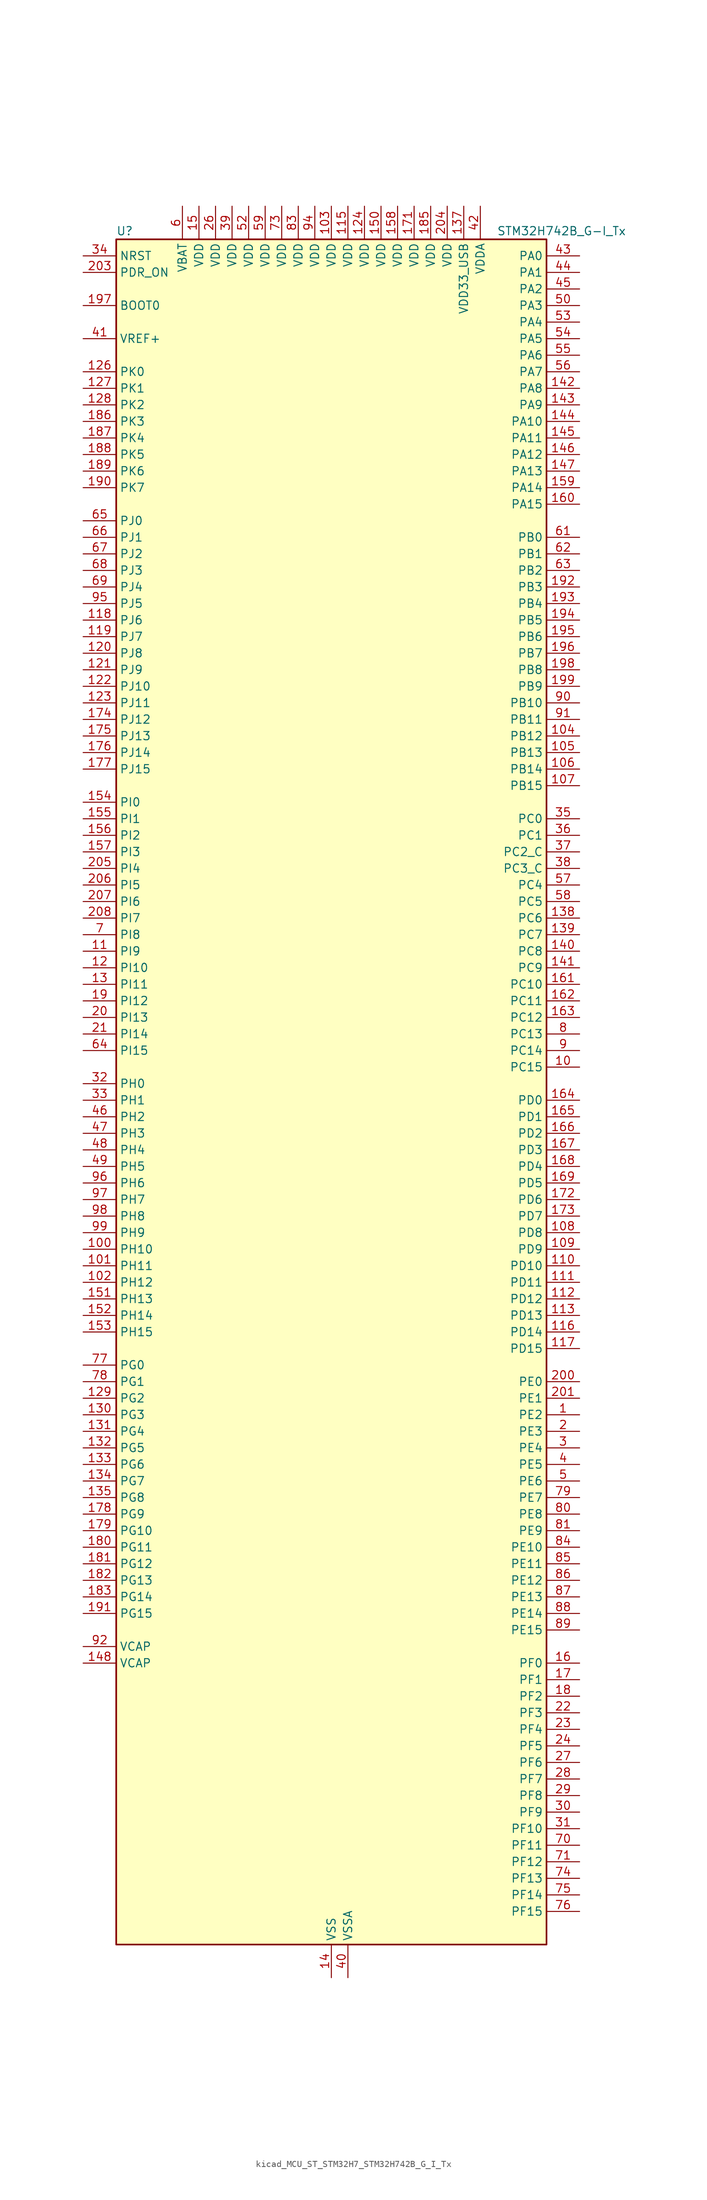
<source format=kicad_sym>
(kicad_symbol_lib
  (version 20220914)
  (generator kicad_symbol_editor)
  (symbol "kicad_MCU_ST_STM32H7_STM32H742B_G_I_Tx"
    (property "Reference" "U"
      (at -33.02 133.35 0)
      (effects (font (size 1.27 1.27)) (justify left)))
    (property "Value" "STM32H742B_G-I_Tx"
      (at 25.4 133.35 0)
      (effects (font (size 1.27 1.27)) (justify left)))
    (property "ki_locked" ""
      (at 0 0 0)
      (effects (font (size 1.27 1.27))))
    (symbol "kicad_MCU_ST_STM32H7_STM32H742B_G_I_Tx_0_1"
      (rectangle (start -33.02 -129.54) (end 33.02 132.08) (stroke (width 0.254) (type default)) (fill (type background))))
    (symbol "kicad_MCU_ST_STM32H7_STM32H742B_G_I_Tx_1_1"
      (pin bidirectional line (at 38.1 -48.26 180) (length 5.08) (name "PE2" (effects (font (size 1.27 1.27)))) (number "1" (effects (font (size 1.27 1.27)))) (alternate "DEBUG_TRACECLK" bidirectional line) (alternate "ETH_TXD3" bidirectional line) (alternate "FMC_A23" bidirectional line) (alternate "QUADSPI_BK1_IO2" bidirectional line) (alternate "SAI1_CK1" bidirectional line) (alternate "SAI1_MCLK_A" bidirectional line) (alternate "SAI4_CK1" bidirectional line) (alternate "SAI4_MCLK_A" bidirectional line) (alternate "SPI4_SCK" bidirectional line))
      (pin bidirectional line (at 38.1 5.08 180) (length 5.08) (name "PC15" (effects (font (size 1.27 1.27)))) (number "10" (effects (font (size 1.27 1.27)))) (alternate "ADC1_EXTI15" bidirectional line) (alternate "ADC2_EXTI15" bidirectional line) (alternate "ADC3_EXTI15" bidirectional line) (alternate "RCC_OSC32_OUT" bidirectional line))
      (pin bidirectional line (at -38.1 -22.86 0) (length 5.08) (name "PH10" (effects (font (size 1.27 1.27)))) (number "100" (effects (font (size 1.27 1.27)))) (alternate "DCMI_D1" bidirectional line) (alternate "FMC_D18" bidirectional line) (alternate "I2C4_SMBA" bidirectional line) (alternate "TIM5_CH1" bidirectional line))
      (pin bidirectional line (at -38.1 -25.4 0) (length 5.08) (name "PH11" (effects (font (size 1.27 1.27)))) (number "101" (effects (font (size 1.27 1.27)))) (alternate "ADC1_EXTI11" bidirectional line) (alternate "ADC2_EXTI11" bidirectional line) (alternate "ADC3_EXTI11" bidirectional line) (alternate "DCMI_D2" bidirectional line) (alternate "FMC_D19" bidirectional line) (alternate "I2C4_SCL" bidirectional line) (alternate "TIM5_CH2" bidirectional line))
      (pin bidirectional line (at -38.1 -27.94 0) (length 5.08) (name "PH12" (effects (font (size 1.27 1.27)))) (number "102" (effects (font (size 1.27 1.27)))) (alternate "DCMI_D3" bidirectional line) (alternate "FMC_D20" bidirectional line) (alternate "I2C4_SDA" bidirectional line) (alternate "TIM5_CH3" bidirectional line))
      (pin power_in line (at 0 137.16 270) (length 5.08) (name "VDD" (effects (font (size 1.27 1.27)))) (number "103" (effects (font (size 1.27 1.27)))))
      (pin bidirectional line (at 38.1 55.88 180) (length 5.08) (name "PB12" (effects (font (size 1.27 1.27)))) (number "104" (effects (font (size 1.27 1.27)))) (alternate "DFSDM1_DATIN1" bidirectional line) (alternate "ETH_TXD0" bidirectional line) (alternate "FDCAN2_RX" bidirectional line) (alternate "I2C2_SMBA" bidirectional line) (alternate "I2S2_WS" bidirectional line) (alternate "SPI2_NSS" bidirectional line) (alternate "TIM1_BKIN" bidirectional line) (alternate "TIM1_BKIN_COMP1" bidirectional line) (alternate "TIM1_BKIN_COMP2" bidirectional line) (alternate "UART5_RX" bidirectional line) (alternate "USART3_CK" bidirectional line) (alternate "USB_OTG_HS_ID" bidirectional line) (alternate "USB_OTG_HS_ULPI_D5" bidirectional line))
      (pin bidirectional line (at 38.1 53.34 180) (length 5.08) (name "PB13" (effects (font (size 1.27 1.27)))) (number "105" (effects (font (size 1.27 1.27)))) (alternate "DFSDM1_CKIN1" bidirectional line) (alternate "ETH_TXD1" bidirectional line) (alternate "FDCAN2_TX" bidirectional line) (alternate "I2S2_CK" bidirectional line) (alternate "LPTIM2_OUT" bidirectional line) (alternate "SPI2_SCK" bidirectional line) (alternate "TIM1_CH1N" bidirectional line) (alternate "UART5_TX" bidirectional line) (alternate "USART3_CTS" bidirectional line) (alternate "USART3_NSS" bidirectional line) (alternate "USB_OTG_HS_ULPI_D6" bidirectional line) (alternate "USB_OTG_HS_VBUS" bidirectional line))
      (pin bidirectional line (at 38.1 50.8 180) (length 5.08) (name "PB14" (effects (font (size 1.27 1.27)))) (number "106" (effects (font (size 1.27 1.27)))) (alternate "DFSDM1_DATIN2" bidirectional line) (alternate "I2S2_SDI" bidirectional line) (alternate "SDMMC2_D0" bidirectional line) (alternate "SPI2_MISO" bidirectional line) (alternate "TIM12_CH1" bidirectional line) (alternate "TIM1_CH2N" bidirectional line) (alternate "TIM8_CH2N" bidirectional line) (alternate "UART4_DE" bidirectional line) (alternate "UART4_RTS" bidirectional line) (alternate "USART1_TX" bidirectional line) (alternate "USART3_DE" bidirectional line) (alternate "USART3_RTS" bidirectional line) (alternate "USB_OTG_HS_DM" bidirectional line))
      (pin bidirectional line (at 38.1 48.26 180) (length 5.08) (name "PB15" (effects (font (size 1.27 1.27)))) (number "107" (effects (font (size 1.27 1.27)))) (alternate "ADC1_EXTI15" bidirectional line) (alternate "ADC2_EXTI15" bidirectional line) (alternate "ADC3_EXTI15" bidirectional line) (alternate "DFSDM1_CKIN2" bidirectional line) (alternate "I2S2_SDO" bidirectional line) (alternate "RTC_REFIN" bidirectional line) (alternate "SDMMC2_D1" bidirectional line) (alternate "SPI2_MOSI" bidirectional line) (alternate "TIM12_CH2" bidirectional line) (alternate "TIM1_CH3N" bidirectional line) (alternate "TIM8_CH3N" bidirectional line) (alternate "UART4_CTS" bidirectional line) (alternate "USART1_RX" bidirectional line) (alternate "USB_OTG_HS_DP" bidirectional line))
      (pin bidirectional line (at 38.1 -20.32 180) (length 5.08) (name "PD8" (effects (font (size 1.27 1.27)))) (number "108" (effects (font (size 1.27 1.27)))) (alternate "DFSDM1_CKIN3" bidirectional line) (alternate "FMC_D13" bidirectional line) (alternate "FMC_DA13" bidirectional line) (alternate "SAI3_SCK_B" bidirectional line) (alternate "SPDIFRX1_IN1" bidirectional line) (alternate "USART3_TX" bidirectional line))
      (pin bidirectional line (at 38.1 -22.86 180) (length 5.08) (name "PD9" (effects (font (size 1.27 1.27)))) (number "109" (effects (font (size 1.27 1.27)))) (alternate "DAC1_EXTI9" bidirectional line) (alternate "DFSDM1_DATIN3" bidirectional line) (alternate "FMC_D14" bidirectional line) (alternate "FMC_DA14" bidirectional line) (alternate "SAI3_SD_B" bidirectional line) (alternate "USART3_RX" bidirectional line))
      (pin bidirectional line (at -38.1 22.86 0) (length 5.08) (name "PI9" (effects (font (size 1.27 1.27)))) (number "11" (effects (font (size 1.27 1.27)))) (alternate "DAC1_EXTI9" bidirectional line) (alternate "FDCAN1_RX" bidirectional line) (alternate "FMC_D30" bidirectional line) (alternate "UART4_RX" bidirectional line))
      (pin bidirectional line (at 38.1 -25.4 180) (length 5.08) (name "PD10" (effects (font (size 1.27 1.27)))) (number "110" (effects (font (size 1.27 1.27)))) (alternate "DFSDM1_CKOUT" bidirectional line) (alternate "FMC_D15" bidirectional line) (alternate "FMC_DA15" bidirectional line) (alternate "SAI3_FS_B" bidirectional line) (alternate "USART3_CK" bidirectional line))
      (pin bidirectional line (at 38.1 -27.94 180) (length 5.08) (name "PD11" (effects (font (size 1.27 1.27)))) (number "111" (effects (font (size 1.27 1.27)))) (alternate "ADC1_EXTI11" bidirectional line) (alternate "ADC2_EXTI11" bidirectional line) (alternate "ADC3_EXTI11" bidirectional line) (alternate "FMC_A16" bidirectional line) (alternate "FMC_CLE" bidirectional line) (alternate "I2C4_SMBA" bidirectional line) (alternate "LPTIM2_IN2" bidirectional line) (alternate "QUADSPI_BK1_IO0" bidirectional line) (alternate "SAI2_SD_A" bidirectional line) (alternate "USART3_CTS" bidirectional line) (alternate "USART3_NSS" bidirectional line))
      (pin bidirectional line (at 38.1 -30.48 180) (length 5.08) (name "PD12" (effects (font (size 1.27 1.27)))) (number "112" (effects (font (size 1.27 1.27)))) (alternate "FMC_A17" bidirectional line) (alternate "FMC_ALE" bidirectional line) (alternate "I2C4_SCL" bidirectional line) (alternate "LPTIM1_IN1" bidirectional line) (alternate "LPTIM2_IN1" bidirectional line) (alternate "QUADSPI_BK1_IO1" bidirectional line) (alternate "SAI2_FS_A" bidirectional line) (alternate "TIM4_CH1" bidirectional line) (alternate "USART3_DE" bidirectional line) (alternate "USART3_RTS" bidirectional line))
      (pin bidirectional line (at 38.1 -33.02 180) (length 5.08) (name "PD13" (effects (font (size 1.27 1.27)))) (number "113" (effects (font (size 1.27 1.27)))) (alternate "FMC_A18" bidirectional line) (alternate "I2C4_SDA" bidirectional line) (alternate "LPTIM1_OUT" bidirectional line) (alternate "QUADSPI_BK1_IO3" bidirectional line) (alternate "SAI2_SCK_A" bidirectional line) (alternate "TIM4_CH2" bidirectional line))
      (pin passive line (at 0 -134.62 90) (length 5.08) hide (name "VSS" (effects (font (size 1.27 1.27)))) (number "114" (effects (font (size 1.27 1.27)))))
      (pin power_in line (at 2.54 137.16 270) (length 5.08) (name "VDD" (effects (font (size 1.27 1.27)))) (number "115" (effects (font (size 1.27 1.27)))))
      (pin bidirectional line (at 38.1 -35.56 180) (length 5.08) (name "PD14" (effects (font (size 1.27 1.27)))) (number "116" (effects (font (size 1.27 1.27)))) (alternate "FMC_D0" bidirectional line) (alternate "FMC_DA0" bidirectional line) (alternate "SAI3_MCLK_B" bidirectional line) (alternate "TIM4_CH3" bidirectional line) (alternate "UART8_CTS" bidirectional line))
      (pin bidirectional line (at 38.1 -38.1 180) (length 5.08) (name "PD15" (effects (font (size 1.27 1.27)))) (number "117" (effects (font (size 1.27 1.27)))) (alternate "ADC1_EXTI15" bidirectional line) (alternate "ADC2_EXTI15" bidirectional line) (alternate "ADC3_EXTI15" bidirectional line) (alternate "FMC_D1" bidirectional line) (alternate "FMC_DA1" bidirectional line) (alternate "SAI3_MCLK_A" bidirectional line) (alternate "TIM4_CH4" bidirectional line) (alternate "UART8_DE" bidirectional line) (alternate "UART8_RTS" bidirectional line))
      (pin bidirectional line (at -38.1 73.66 0) (length 5.08) (name "PJ6" (effects (font (size 1.27 1.27)))) (number "118" (effects (font (size 1.27 1.27)))) (alternate "TIM8_CH2" bidirectional line))
      (pin bidirectional line (at -38.1 71.12 0) (length 5.08) (name "PJ7" (effects (font (size 1.27 1.27)))) (number "119" (effects (font (size 1.27 1.27)))) (alternate "DEBUG_TRGIN" bidirectional line) (alternate "TIM8_CH2N" bidirectional line))
      (pin bidirectional line (at -38.1 20.32 0) (length 5.08) (name "PI10" (effects (font (size 1.27 1.27)))) (number "12" (effects (font (size 1.27 1.27)))) (alternate "ETH_RX_ER" bidirectional line) (alternate "FMC_D31" bidirectional line))
      (pin bidirectional line (at -38.1 68.58 0) (length 5.08) (name "PJ8" (effects (font (size 1.27 1.27)))) (number "120" (effects (font (size 1.27 1.27)))) (alternate "TIM1_CH3N" bidirectional line) (alternate "TIM8_CH1" bidirectional line) (alternate "UART8_TX" bidirectional line))
      (pin bidirectional line (at -38.1 66.04 0) (length 5.08) (name "PJ9" (effects (font (size 1.27 1.27)))) (number "121" (effects (font (size 1.27 1.27)))) (alternate "DAC1_EXTI9" bidirectional line) (alternate "TIM1_CH3" bidirectional line) (alternate "TIM8_CH1N" bidirectional line) (alternate "UART8_RX" bidirectional line))
      (pin bidirectional line (at -38.1 63.5 0) (length 5.08) (name "PJ10" (effects (font (size 1.27 1.27)))) (number "122" (effects (font (size 1.27 1.27)))) (alternate "SPI5_MOSI" bidirectional line) (alternate "TIM1_CH2N" bidirectional line) (alternate "TIM8_CH2" bidirectional line))
      (pin bidirectional line (at -38.1 60.96 0) (length 5.08) (name "PJ11" (effects (font (size 1.27 1.27)))) (number "123" (effects (font (size 1.27 1.27)))) (alternate "ADC1_EXTI11" bidirectional line) (alternate "ADC2_EXTI11" bidirectional line) (alternate "ADC3_EXTI11" bidirectional line) (alternate "SPI5_MISO" bidirectional line) (alternate "TIM1_CH2" bidirectional line) (alternate "TIM8_CH2N" bidirectional line))
      (pin power_in line (at 5.08 137.16 270) (length 5.08) (name "VDD" (effects (font (size 1.27 1.27)))) (number "124" (effects (font (size 1.27 1.27)))))
      (pin passive line (at 0 -134.62 90) (length 5.08) hide (name "VSS" (effects (font (size 1.27 1.27)))) (number "125" (effects (font (size 1.27 1.27)))))
      (pin bidirectional line (at -38.1 111.76 0) (length 5.08) (name "PK0" (effects (font (size 1.27 1.27)))) (number "126" (effects (font (size 1.27 1.27)))) (alternate "SPI5_SCK" bidirectional line) (alternate "TIM1_CH1N" bidirectional line) (alternate "TIM8_CH3" bidirectional line))
      (pin bidirectional line (at -38.1 109.22 0) (length 5.08) (name "PK1" (effects (font (size 1.27 1.27)))) (number "127" (effects (font (size 1.27 1.27)))) (alternate "SPI5_NSS" bidirectional line) (alternate "TIM1_CH1" bidirectional line) (alternate "TIM8_CH3N" bidirectional line))
      (pin bidirectional line (at -38.1 106.68 0) (length 5.08) (name "PK2" (effects (font (size 1.27 1.27)))) (number "128" (effects (font (size 1.27 1.27)))) (alternate "TIM1_BKIN" bidirectional line) (alternate "TIM1_BKIN_COMP1" bidirectional line) (alternate "TIM1_BKIN_COMP2" bidirectional line) (alternate "TIM8_BKIN" bidirectional line) (alternate "TIM8_BKIN_COMP1" bidirectional line) (alternate "TIM8_BKIN_COMP2" bidirectional line))
      (pin bidirectional line (at -38.1 -45.72 0) (length 5.08) (name "PG2" (effects (font (size 1.27 1.27)))) (number "129" (effects (font (size 1.27 1.27)))) (alternate "FMC_A12" bidirectional line) (alternate "TIM8_BKIN" bidirectional line) (alternate "TIM8_BKIN_COMP1" bidirectional line) (alternate "TIM8_BKIN_COMP2" bidirectional line))
      (pin bidirectional line (at -38.1 17.78 0) (length 5.08) (name "PI11" (effects (font (size 1.27 1.27)))) (number "13" (effects (font (size 1.27 1.27)))) (alternate "ADC1_EXTI11" bidirectional line) (alternate "ADC2_EXTI11" bidirectional line) (alternate "ADC3_EXTI11" bidirectional line) (alternate "PWR_WKUP4" bidirectional line) (alternate "USB_OTG_HS_ULPI_DIR" bidirectional line))
      (pin bidirectional line (at -38.1 -48.26 0) (length 5.08) (name "PG3" (effects (font (size 1.27 1.27)))) (number "130" (effects (font (size 1.27 1.27)))) (alternate "FMC_A13" bidirectional line) (alternate "TIM8_BKIN2" bidirectional line) (alternate "TIM8_BKIN2_COMP1" bidirectional line) (alternate "TIM8_BKIN2_COMP2" bidirectional line))
      (pin bidirectional line (at -38.1 -50.8 0) (length 5.08) (name "PG4" (effects (font (size 1.27 1.27)))) (number "131" (effects (font (size 1.27 1.27)))) (alternate "FMC_A14" bidirectional line) (alternate "FMC_BA0" bidirectional line) (alternate "TIM1_BKIN2" bidirectional line) (alternate "TIM1_BKIN2_COMP1" bidirectional line) (alternate "TIM1_BKIN2_COMP2" bidirectional line))
      (pin bidirectional line (at -38.1 -53.34 0) (length 5.08) (name "PG5" (effects (font (size 1.27 1.27)))) (number "132" (effects (font (size 1.27 1.27)))) (alternate "FMC_A15" bidirectional line) (alternate "FMC_BA1" bidirectional line) (alternate "TIM1_ETR" bidirectional line))
      (pin bidirectional line (at -38.1 -55.88 0) (length 5.08) (name "PG6" (effects (font (size 1.27 1.27)))) (number "133" (effects (font (size 1.27 1.27)))) (alternate "DCMI_D12" bidirectional line) (alternate "FMC_NE3" bidirectional line) (alternate "HRTIM_CHE1" bidirectional line) (alternate "QUADSPI_BK1_NCS" bidirectional line) (alternate "TIM17_BKIN" bidirectional line))
      (pin bidirectional line (at -38.1 -58.42 0) (length 5.08) (name "PG7" (effects (font (size 1.27 1.27)))) (number "134" (effects (font (size 1.27 1.27)))) (alternate "DCMI_D13" bidirectional line) (alternate "FMC_INT" bidirectional line) (alternate "HRTIM_CHE2" bidirectional line) (alternate "SAI1_MCLK_A" bidirectional line) (alternate "USART6_CK" bidirectional line))
      (pin bidirectional line (at -38.1 -60.96 0) (length 5.08) (name "PG8" (effects (font (size 1.27 1.27)))) (number "135" (effects (font (size 1.27 1.27)))) (alternate "ETH_PPS_OUT" bidirectional line) (alternate "FMC_SDCLK" bidirectional line) (alternate "SPDIFRX1_IN2" bidirectional line) (alternate "SPI6_NSS" bidirectional line) (alternate "TIM8_ETR" bidirectional line) (alternate "USART6_DE" bidirectional line) (alternate "USART6_RTS" bidirectional line))
      (pin passive line (at 0 -134.62 90) (length 5.08) hide (name "VSS" (effects (font (size 1.27 1.27)))) (number "136" (effects (font (size 1.27 1.27)))))
      (pin power_in line (at 20.32 137.16 270) (length 5.08) (name "VDD33_USB" (effects (font (size 1.27 1.27)))) (number "137" (effects (font (size 1.27 1.27)))))
      (pin bidirectional line (at 38.1 27.94 180) (length 5.08) (name "PC6" (effects (font (size 1.27 1.27)))) (number "138" (effects (font (size 1.27 1.27)))) (alternate "DCMI_D0" bidirectional line) (alternate "DFSDM1_CKIN3" bidirectional line) (alternate "FMC_NWAIT" bidirectional line) (alternate "HRTIM_CHA1" bidirectional line) (alternate "I2S2_MCK" bidirectional line) (alternate "SDMMC1_D0DIR" bidirectional line) (alternate "SDMMC1_D6" bidirectional line) (alternate "SDMMC2_D6" bidirectional line) (alternate "SWPMI1_IO" bidirectional line) (alternate "TIM3_CH1" bidirectional line) (alternate "TIM8_CH1" bidirectional line) (alternate "USART6_TX" bidirectional line))
      (pin bidirectional line (at 38.1 25.4 180) (length 5.08) (name "PC7" (effects (font (size 1.27 1.27)))) (number "139" (effects (font (size 1.27 1.27)))) (alternate "DCMI_D1" bidirectional line) (alternate "DEBUG_TRGIO" bidirectional line) (alternate "DFSDM1_DATIN3" bidirectional line) (alternate "FMC_NE1" bidirectional line) (alternate "HRTIM_CHA2" bidirectional line) (alternate "I2S3_MCK" bidirectional line) (alternate "SDMMC1_D123DIR" bidirectional line) (alternate "SDMMC1_D7" bidirectional line) (alternate "SDMMC2_D7" bidirectional line) (alternate "SWPMI1_TX" bidirectional line) (alternate "TIM3_CH2" bidirectional line) (alternate "TIM8_CH2" bidirectional line) (alternate "USART6_RX" bidirectional line))
      (pin power_in line (at 0 -134.62 90) (length 5.08) (name "VSS" (effects (font (size 1.27 1.27)))) (number "14" (effects (font (size 1.27 1.27)))))
      (pin bidirectional line (at 38.1 22.86 180) (length 5.08) (name "PC8" (effects (font (size 1.27 1.27)))) (number "140" (effects (font (size 1.27 1.27)))) (alternate "DCMI_D2" bidirectional line) (alternate "DEBUG_TRACED1" bidirectional line) (alternate "FMC_NCE" bidirectional line) (alternate "FMC_NE2" bidirectional line) (alternate "HRTIM_CHB1" bidirectional line) (alternate "SDMMC1_D0" bidirectional line) (alternate "SWPMI1_RX" bidirectional line) (alternate "TIM3_CH3" bidirectional line) (alternate "TIM8_CH3" bidirectional line) (alternate "UART5_DE" bidirectional line) (alternate "UART5_RTS" bidirectional line) (alternate "USART6_CK" bidirectional line))
      (pin bidirectional line (at 38.1 20.32 180) (length 5.08) (name "PC9" (effects (font (size 1.27 1.27)))) (number "141" (effects (font (size 1.27 1.27)))) (alternate "DAC1_EXTI9" bidirectional line) (alternate "DCMI_D3" bidirectional line) (alternate "I2C3_SDA" bidirectional line) (alternate "I2S_CKIN" bidirectional line) (alternate "QUADSPI_BK1_IO0" bidirectional line) (alternate "RCC_MCO_2" bidirectional line) (alternate "SDMMC1_D1" bidirectional line) (alternate "SWPMI1_SUSPEND" bidirectional line) (alternate "TIM3_CH4" bidirectional line) (alternate "TIM8_CH4" bidirectional line) (alternate "UART5_CTS" bidirectional line))
      (pin bidirectional line (at 38.1 109.22 180) (length 5.08) (name "PA8" (effects (font (size 1.27 1.27)))) (number "142" (effects (font (size 1.27 1.27)))) (alternate "HRTIM_CHB2" bidirectional line) (alternate "I2C3_SCL" bidirectional line) (alternate "RCC_MCO_1" bidirectional line) (alternate "TIM1_CH1" bidirectional line) (alternate "TIM8_BKIN2" bidirectional line) (alternate "TIM8_BKIN2_COMP1" bidirectional line) (alternate "TIM8_BKIN2_COMP2" bidirectional line) (alternate "UART7_RX" bidirectional line) (alternate "USART1_CK" bidirectional line) (alternate "USB_OTG_FS_SOF" bidirectional line))
      (pin bidirectional line (at 38.1 106.68 180) (length 5.08) (name "PA9" (effects (font (size 1.27 1.27)))) (number "143" (effects (font (size 1.27 1.27)))) (alternate "DAC1_EXTI9" bidirectional line) (alternate "DCMI_D0" bidirectional line) (alternate "HRTIM_CHC1" bidirectional line) (alternate "I2C3_SMBA" bidirectional line) (alternate "I2S2_CK" bidirectional line) (alternate "LPUART1_TX" bidirectional line) (alternate "SPI2_SCK" bidirectional line) (alternate "TIM1_CH2" bidirectional line) (alternate "USART1_TX" bidirectional line) (alternate "USB_OTG_FS_VBUS" bidirectional line))
      (pin bidirectional line (at 38.1 104.14 180) (length 5.08) (name "PA10" (effects (font (size 1.27 1.27)))) (number "144" (effects (font (size 1.27 1.27)))) (alternate "DCMI_D1" bidirectional line) (alternate "HRTIM_CHC2" bidirectional line) (alternate "LPUART1_RX" bidirectional line) (alternate "MDIOS_MDIO" bidirectional line) (alternate "TIM1_CH3" bidirectional line) (alternate "USART1_RX" bidirectional line) (alternate "USB_OTG_FS_ID" bidirectional line))
      (pin bidirectional line (at 38.1 101.6 180) (length 5.08) (name "PA11" (effects (font (size 1.27 1.27)))) (number "145" (effects (font (size 1.27 1.27)))) (alternate "ADC1_EXTI11" bidirectional line) (alternate "ADC2_EXTI11" bidirectional line) (alternate "ADC3_EXTI11" bidirectional line) (alternate "FDCAN1_RX" bidirectional line) (alternate "HRTIM_CHD1" bidirectional line) (alternate "I2S2_WS" bidirectional line) (alternate "LPUART1_CTS" bidirectional line) (alternate "SPI2_NSS" bidirectional line) (alternate "TIM1_CH4" bidirectional line) (alternate "UART4_RX" bidirectional line) (alternate "USART1_CTS" bidirectional line) (alternate "USART1_NSS" bidirectional line) (alternate "USB_OTG_FS_DM" bidirectional line))
      (pin bidirectional line (at 38.1 99.06 180) (length 5.08) (name "PA12" (effects (font (size 1.27 1.27)))) (number "146" (effects (font (size 1.27 1.27)))) (alternate "FDCAN1_TX" bidirectional line) (alternate "HRTIM_CHD2" bidirectional line) (alternate "I2S2_CK" bidirectional line) (alternate "LPUART1_DE" bidirectional line) (alternate "LPUART1_RTS" bidirectional line) (alternate "SAI2_FS_B" bidirectional line) (alternate "SPI2_SCK" bidirectional line) (alternate "TIM1_ETR" bidirectional line) (alternate "UART4_TX" bidirectional line) (alternate "USART1_DE" bidirectional line) (alternate "USART1_RTS" bidirectional line) (alternate "USB_OTG_FS_DP" bidirectional line))
      (pin bidirectional line (at 38.1 96.52 180) (length 5.08) (name "PA13" (effects (font (size 1.27 1.27)))) (number "147" (effects (font (size 1.27 1.27)))) (alternate "DEBUG_JTMS-SWDIO" bidirectional line))
      (pin power_out line (at -38.1 -86.36 0) (length 5.08) (name "VCAP" (effects (font (size 1.27 1.27)))) (number "148" (effects (font (size 1.27 1.27)))))
      (pin passive line (at 0 -134.62 90) (length 5.08) hide (name "VSS" (effects (font (size 1.27 1.27)))) (number "149" (effects (font (size 1.27 1.27)))))
      (pin power_in line (at -20.32 137.16 270) (length 5.08) (name "VDD" (effects (font (size 1.27 1.27)))) (number "15" (effects (font (size 1.27 1.27)))))
      (pin power_in line (at 7.62 137.16 270) (length 5.08) (name "VDD" (effects (font (size 1.27 1.27)))) (number "150" (effects (font (size 1.27 1.27)))))
      (pin bidirectional line (at -38.1 -30.48 0) (length 5.08) (name "PH13" (effects (font (size 1.27 1.27)))) (number "151" (effects (font (size 1.27 1.27)))) (alternate "FDCAN1_TX" bidirectional line) (alternate "FMC_D21" bidirectional line) (alternate "TIM8_CH1N" bidirectional line) (alternate "UART4_TX" bidirectional line))
      (pin bidirectional line (at -38.1 -33.02 0) (length 5.08) (name "PH14" (effects (font (size 1.27 1.27)))) (number "152" (effects (font (size 1.27 1.27)))) (alternate "DCMI_D4" bidirectional line) (alternate "FDCAN1_RX" bidirectional line) (alternate "FMC_D22" bidirectional line) (alternate "TIM8_CH2N" bidirectional line) (alternate "UART4_RX" bidirectional line))
      (pin bidirectional line (at -38.1 -35.56 0) (length 5.08) (name "PH15" (effects (font (size 1.27 1.27)))) (number "153" (effects (font (size 1.27 1.27)))) (alternate "ADC1_EXTI15" bidirectional line) (alternate "ADC2_EXTI15" bidirectional line) (alternate "ADC3_EXTI15" bidirectional line) (alternate "DCMI_D11" bidirectional line) (alternate "FMC_D23" bidirectional line) (alternate "TIM8_CH3N" bidirectional line))
      (pin bidirectional line (at -38.1 45.72 0) (length 5.08) (name "PI0" (effects (font (size 1.27 1.27)))) (number "154" (effects (font (size 1.27 1.27)))) (alternate "DCMI_D13" bidirectional line) (alternate "FMC_D24" bidirectional line) (alternate "I2S2_WS" bidirectional line) (alternate "SPI2_NSS" bidirectional line) (alternate "TIM5_CH4" bidirectional line))
      (pin bidirectional line (at -38.1 43.18 0) (length 5.08) (name "PI1" (effects (font (size 1.27 1.27)))) (number "155" (effects (font (size 1.27 1.27)))) (alternate "DCMI_D8" bidirectional line) (alternate "FMC_D25" bidirectional line) (alternate "I2S2_CK" bidirectional line) (alternate "SPI2_SCK" bidirectional line) (alternate "TIM8_BKIN2" bidirectional line) (alternate "TIM8_BKIN2_COMP1" bidirectional line) (alternate "TIM8_BKIN2_COMP2" bidirectional line))
      (pin bidirectional line (at -38.1 40.64 0) (length 5.08) (name "PI2" (effects (font (size 1.27 1.27)))) (number "156" (effects (font (size 1.27 1.27)))) (alternate "DCMI_D9" bidirectional line) (alternate "FMC_D26" bidirectional line) (alternate "I2S2_SDI" bidirectional line) (alternate "SPI2_MISO" bidirectional line) (alternate "TIM8_CH4" bidirectional line))
      (pin bidirectional line (at -38.1 38.1 0) (length 5.08) (name "PI3" (effects (font (size 1.27 1.27)))) (number "157" (effects (font (size 1.27 1.27)))) (alternate "DCMI_D10" bidirectional line) (alternate "FMC_D27" bidirectional line) (alternate "I2S2_SDO" bidirectional line) (alternate "SPI2_MOSI" bidirectional line) (alternate "TIM8_ETR" bidirectional line))
      (pin power_in line (at 10.16 137.16 270) (length 5.08) (name "VDD" (effects (font (size 1.27 1.27)))) (number "158" (effects (font (size 1.27 1.27)))))
      (pin bidirectional line (at 38.1 93.98 180) (length 5.08) (name "PA14" (effects (font (size 1.27 1.27)))) (number "159" (effects (font (size 1.27 1.27)))) (alternate "DEBUG_JTCK-SWCLK" bidirectional line))
      (pin bidirectional line (at 38.1 -86.36 180) (length 5.08) (name "PF0" (effects (font (size 1.27 1.27)))) (number "16" (effects (font (size 1.27 1.27)))) (alternate "FMC_A0" bidirectional line) (alternate "I2C2_SDA" bidirectional line))
      (pin bidirectional line (at 38.1 91.44 180) (length 5.08) (name "PA15" (effects (font (size 1.27 1.27)))) (number "160" (effects (font (size 1.27 1.27)))) (alternate "ADC1_EXTI15" bidirectional line) (alternate "ADC2_EXTI15" bidirectional line) (alternate "ADC3_EXTI15" bidirectional line) (alternate "CEC" bidirectional line) (alternate "DEBUG_JTDI" bidirectional line) (alternate "HRTIM_FLT1" bidirectional line) (alternate "I2S1_WS" bidirectional line) (alternate "I2S3_WS" bidirectional line) (alternate "SPI1_NSS" bidirectional line) (alternate "SPI3_NSS" bidirectional line) (alternate "SPI6_NSS" bidirectional line) (alternate "TIM2_CH1" bidirectional line) (alternate "TIM2_ETR" bidirectional line) (alternate "UART4_DE" bidirectional line) (alternate "UART4_RTS" bidirectional line) (alternate "UART7_TX" bidirectional line))
      (pin bidirectional line (at 38.1 17.78 180) (length 5.08) (name "PC10" (effects (font (size 1.27 1.27)))) (number "161" (effects (font (size 1.27 1.27)))) (alternate "DCMI_D8" bidirectional line) (alternate "DFSDM1_CKIN5" bidirectional line) (alternate "HRTIM_EEV1" bidirectional line) (alternate "I2S3_CK" bidirectional line) (alternate "QUADSPI_BK1_IO1" bidirectional line) (alternate "SDMMC1_D2" bidirectional line) (alternate "SPI3_SCK" bidirectional line) (alternate "UART4_TX" bidirectional line) (alternate "USART3_TX" bidirectional line))
      (pin bidirectional line (at 38.1 15.24 180) (length 5.08) (name "PC11" (effects (font (size 1.27 1.27)))) (number "162" (effects (font (size 1.27 1.27)))) (alternate "ADC1_EXTI11" bidirectional line) (alternate "ADC2_EXTI11" bidirectional line) (alternate "ADC3_EXTI11" bidirectional line) (alternate "DCMI_D4" bidirectional line) (alternate "DFSDM1_DATIN5" bidirectional line) (alternate "HRTIM_FLT2" bidirectional line) (alternate "I2S3_SDI" bidirectional line) (alternate "QUADSPI_BK2_NCS" bidirectional line) (alternate "SDMMC1_D3" bidirectional line) (alternate "SPI3_MISO" bidirectional line) (alternate "UART4_RX" bidirectional line) (alternate "USART3_RX" bidirectional line))
      (pin bidirectional line (at 38.1 12.7 180) (length 5.08) (name "PC12" (effects (font (size 1.27 1.27)))) (number "163" (effects (font (size 1.27 1.27)))) (alternate "DCMI_D9" bidirectional line) (alternate "DEBUG_TRACED3" bidirectional line) (alternate "HRTIM_EEV2" bidirectional line) (alternate "I2S3_SDO" bidirectional line) (alternate "SDMMC1_CK" bidirectional line) (alternate "SPI3_MOSI" bidirectional line) (alternate "UART5_TX" bidirectional line) (alternate "USART3_CK" bidirectional line))
      (pin bidirectional line (at 38.1 0 180) (length 5.08) (name "PD0" (effects (font (size 1.27 1.27)))) (number "164" (effects (font (size 1.27 1.27)))) (alternate "DFSDM1_CKIN6" bidirectional line) (alternate "FDCAN1_RX" bidirectional line) (alternate "FMC_D2" bidirectional line) (alternate "FMC_DA2" bidirectional line) (alternate "SAI3_SCK_A" bidirectional line) (alternate "UART4_RX" bidirectional line))
      (pin bidirectional line (at 38.1 -2.54 180) (length 5.08) (name "PD1" (effects (font (size 1.27 1.27)))) (number "165" (effects (font (size 1.27 1.27)))) (alternate "DFSDM1_DATIN6" bidirectional line) (alternate "FDCAN1_TX" bidirectional line) (alternate "FMC_D3" bidirectional line) (alternate "FMC_DA3" bidirectional line) (alternate "SAI3_SD_A" bidirectional line) (alternate "UART4_TX" bidirectional line))
      (pin bidirectional line (at 38.1 -5.08 180) (length 5.08) (name "PD2" (effects (font (size 1.27 1.27)))) (number "166" (effects (font (size 1.27 1.27)))) (alternate "DCMI_D11" bidirectional line) (alternate "DEBUG_TRACED2" bidirectional line) (alternate "SDMMC1_CMD" bidirectional line) (alternate "TIM3_ETR" bidirectional line) (alternate "UART5_RX" bidirectional line))
      (pin bidirectional line (at 38.1 -7.62 180) (length 5.08) (name "PD3" (effects (font (size 1.27 1.27)))) (number "167" (effects (font (size 1.27 1.27)))) (alternate "DCMI_D5" bidirectional line) (alternate "DFSDM1_CKOUT" bidirectional line) (alternate "FMC_CLK" bidirectional line) (alternate "I2S2_CK" bidirectional line) (alternate "SPI2_SCK" bidirectional line) (alternate "USART2_CTS" bidirectional line) (alternate "USART2_NSS" bidirectional line))
      (pin bidirectional line (at 38.1 -10.16 180) (length 5.08) (name "PD4" (effects (font (size 1.27 1.27)))) (number "168" (effects (font (size 1.27 1.27)))) (alternate "FMC_NOE" bidirectional line) (alternate "HRTIM_FLT3" bidirectional line) (alternate "SAI3_FS_A" bidirectional line) (alternate "USART2_DE" bidirectional line) (alternate "USART2_RTS" bidirectional line))
      (pin bidirectional line (at 38.1 -12.7 180) (length 5.08) (name "PD5" (effects (font (size 1.27 1.27)))) (number "169" (effects (font (size 1.27 1.27)))) (alternate "FMC_NWE" bidirectional line) (alternate "HRTIM_EEV3" bidirectional line) (alternate "USART2_TX" bidirectional line))
      (pin bidirectional line (at 38.1 -88.9 180) (length 5.08) (name "PF1" (effects (font (size 1.27 1.27)))) (number "17" (effects (font (size 1.27 1.27)))) (alternate "FMC_A1" bidirectional line) (alternate "I2C2_SCL" bidirectional line))
      (pin passive line (at 0 -134.62 90) (length 5.08) hide (name "VSS" (effects (font (size 1.27 1.27)))) (number "170" (effects (font (size 1.27 1.27)))))
      (pin power_in line (at 12.7 137.16 270) (length 5.08) (name "VDD" (effects (font (size 1.27 1.27)))) (number "171" (effects (font (size 1.27 1.27)))))
      (pin bidirectional line (at 38.1 -15.24 180) (length 5.08) (name "PD6" (effects (font (size 1.27 1.27)))) (number "172" (effects (font (size 1.27 1.27)))) (alternate "DCMI_D10" bidirectional line) (alternate "DFSDM1_CKIN4" bidirectional line) (alternate "DFSDM1_DATIN1" bidirectional line) (alternate "FMC_NWAIT" bidirectional line) (alternate "I2S3_SDO" bidirectional line) (alternate "SAI1_D1" bidirectional line) (alternate "SAI1_SD_A" bidirectional line) (alternate "SAI4_D1" bidirectional line) (alternate "SAI4_SD_A" bidirectional line) (alternate "SDMMC2_CK" bidirectional line) (alternate "SPI3_MOSI" bidirectional line) (alternate "USART2_RX" bidirectional line))
      (pin bidirectional line (at 38.1 -17.78 180) (length 5.08) (name "PD7" (effects (font (size 1.27 1.27)))) (number "173" (effects (font (size 1.27 1.27)))) (alternate "DFSDM1_CKIN1" bidirectional line) (alternate "DFSDM1_DATIN4" bidirectional line) (alternate "FMC_NE1" bidirectional line) (alternate "I2S1_SDO" bidirectional line) (alternate "SDMMC2_CMD" bidirectional line) (alternate "SPDIFRX1_IN0" bidirectional line) (alternate "SPI1_MOSI" bidirectional line) (alternate "USART2_CK" bidirectional line))
      (pin bidirectional line (at -38.1 58.42 0) (length 5.08) (name "PJ12" (effects (font (size 1.27 1.27)))) (number "174" (effects (font (size 1.27 1.27)))) (alternate "DEBUG_TRGOUT" bidirectional line))
      (pin bidirectional line (at -38.1 55.88 0) (length 5.08) (name "PJ13" (effects (font (size 1.27 1.27)))) (number "175" (effects (font (size 1.27 1.27)))))
      (pin bidirectional line (at -38.1 53.34 0) (length 5.08) (name "PJ14" (effects (font (size 1.27 1.27)))) (number "176" (effects (font (size 1.27 1.27)))))
      (pin bidirectional line (at -38.1 50.8 0) (length 5.08) (name "PJ15" (effects (font (size 1.27 1.27)))) (number "177" (effects (font (size 1.27 1.27)))) (alternate "ADC1_EXTI15" bidirectional line) (alternate "ADC2_EXTI15" bidirectional line) (alternate "ADC3_EXTI15" bidirectional line))
      (pin bidirectional line (at -38.1 -63.5 0) (length 5.08) (name "PG9" (effects (font (size 1.27 1.27)))) (number "178" (effects (font (size 1.27 1.27)))) (alternate "DAC1_EXTI9" bidirectional line) (alternate "DCMI_VSYNC" bidirectional line) (alternate "FMC_NCE" bidirectional line) (alternate "FMC_NE2" bidirectional line) (alternate "I2S1_SDI" bidirectional line) (alternate "QUADSPI_BK2_IO2" bidirectional line) (alternate "SAI2_FS_B" bidirectional line) (alternate "SPDIFRX1_IN3" bidirectional line) (alternate "SPI1_MISO" bidirectional line) (alternate "USART6_RX" bidirectional line))
      (pin bidirectional line (at -38.1 -66.04 0) (length 5.08) (name "PG10" (effects (font (size 1.27 1.27)))) (number "179" (effects (font (size 1.27 1.27)))) (alternate "DCMI_D2" bidirectional line) (alternate "FMC_NE3" bidirectional line) (alternate "HRTIM_FLT5" bidirectional line) (alternate "I2S1_WS" bidirectional line) (alternate "SAI2_SD_B" bidirectional line) (alternate "SPI1_NSS" bidirectional line))
      (pin bidirectional line (at 38.1 -91.44 180) (length 5.08) (name "PF2" (effects (font (size 1.27 1.27)))) (number "18" (effects (font (size 1.27 1.27)))) (alternate "FMC_A2" bidirectional line) (alternate "I2C2_SMBA" bidirectional line))
      (pin bidirectional line (at -38.1 -68.58 0) (length 5.08) (name "PG11" (effects (font (size 1.27 1.27)))) (number "180" (effects (font (size 1.27 1.27)))) (alternate "ADC1_EXTI11" bidirectional line) (alternate "ADC2_EXTI11" bidirectional line) (alternate "ADC3_EXTI11" bidirectional line) (alternate "DCMI_D3" bidirectional line) (alternate "ETH_TX_EN" bidirectional line) (alternate "HRTIM_EEV4" bidirectional line) (alternate "I2S1_CK" bidirectional line) (alternate "LPTIM1_IN2" bidirectional line) (alternate "SDMMC2_D2" bidirectional line) (alternate "SPDIFRX1_IN0" bidirectional line) (alternate "SPI1_SCK" bidirectional line))
      (pin bidirectional line (at -38.1 -71.12 0) (length 5.08) (name "PG12" (effects (font (size 1.27 1.27)))) (number "181" (effects (font (size 1.27 1.27)))) (alternate "ETH_TXD1" bidirectional line) (alternate "FMC_NE4" bidirectional line) (alternate "HRTIM_EEV5" bidirectional line) (alternate "LPTIM1_IN1" bidirectional line) (alternate "SPDIFRX1_IN1" bidirectional line) (alternate "SPI6_MISO" bidirectional line) (alternate "USART6_DE" bidirectional line) (alternate "USART6_RTS" bidirectional line))
      (pin bidirectional line (at -38.1 -73.66 0) (length 5.08) (name "PG13" (effects (font (size 1.27 1.27)))) (number "182" (effects (font (size 1.27 1.27)))) (alternate "DEBUG_TRACED0" bidirectional line) (alternate "ETH_TXD0" bidirectional line) (alternate "FMC_A24" bidirectional line) (alternate "HRTIM_EEV10" bidirectional line) (alternate "LPTIM1_OUT" bidirectional line) (alternate "SPI6_SCK" bidirectional line) (alternate "USART6_CTS" bidirectional line) (alternate "USART6_NSS" bidirectional line))
      (pin bidirectional line (at -38.1 -76.2 0) (length 5.08) (name "PG14" (effects (font (size 1.27 1.27)))) (number "183" (effects (font (size 1.27 1.27)))) (alternate "DEBUG_TRACED1" bidirectional line) (alternate "ETH_TXD1" bidirectional line) (alternate "FMC_A25" bidirectional line) (alternate "LPTIM1_ETR" bidirectional line) (alternate "QUADSPI_BK2_IO3" bidirectional line) (alternate "SPI6_MOSI" bidirectional line) (alternate "USART6_TX" bidirectional line))
      (pin passive line (at 0 -134.62 90) (length 5.08) hide (name "VSS" (effects (font (size 1.27 1.27)))) (number "184" (effects (font (size 1.27 1.27)))))
      (pin power_in line (at 15.24 137.16 270) (length 5.08) (name "VDD" (effects (font (size 1.27 1.27)))) (number "185" (effects (font (size 1.27 1.27)))))
      (pin bidirectional line (at -38.1 104.14 0) (length 5.08) (name "PK3" (effects (font (size 1.27 1.27)))) (number "186" (effects (font (size 1.27 1.27)))))
      (pin bidirectional line (at -38.1 101.6 0) (length 5.08) (name "PK4" (effects (font (size 1.27 1.27)))) (number "187" (effects (font (size 1.27 1.27)))))
      (pin bidirectional line (at -38.1 99.06 0) (length 5.08) (name "PK5" (effects (font (size 1.27 1.27)))) (number "188" (effects (font (size 1.27 1.27)))))
      (pin bidirectional line (at -38.1 96.52 0) (length 5.08) (name "PK6" (effects (font (size 1.27 1.27)))) (number "189" (effects (font (size 1.27 1.27)))))
      (pin bidirectional line (at -38.1 15.24 0) (length 5.08) (name "PI12" (effects (font (size 1.27 1.27)))) (number "19" (effects (font (size 1.27 1.27)))))
      (pin bidirectional line (at -38.1 93.98 0) (length 5.08) (name "PK7" (effects (font (size 1.27 1.27)))) (number "190" (effects (font (size 1.27 1.27)))))
      (pin bidirectional line (at -38.1 -78.74 0) (length 5.08) (name "PG15" (effects (font (size 1.27 1.27)))) (number "191" (effects (font (size 1.27 1.27)))) (alternate "ADC1_EXTI15" bidirectional line) (alternate "ADC2_EXTI15" bidirectional line) (alternate "ADC3_EXTI15" bidirectional line) (alternate "DCMI_D13" bidirectional line) (alternate "FMC_SDNCAS" bidirectional line) (alternate "USART6_CTS" bidirectional line) (alternate "USART6_NSS" bidirectional line))
      (pin bidirectional line (at 38.1 78.74 180) (length 5.08) (name "PB3" (effects (font (size 1.27 1.27)))) (number "192" (effects (font (size 1.27 1.27)))) (alternate "CRS_SYNC" bidirectional line) (alternate "DEBUG_JTDO-SWO" bidirectional line) (alternate "HRTIM_FLT4" bidirectional line) (alternate "I2S1_CK" bidirectional line) (alternate "I2S3_CK" bidirectional line) (alternate "SDMMC2_D2" bidirectional line) (alternate "SPI1_SCK" bidirectional line) (alternate "SPI3_SCK" bidirectional line) (alternate "SPI6_SCK" bidirectional line) (alternate "TIM2_CH2" bidirectional line) (alternate "UART7_RX" bidirectional line))
      (pin bidirectional line (at 38.1 76.2 180) (length 5.08) (name "PB4" (effects (font (size 1.27 1.27)))) (number "193" (effects (font (size 1.27 1.27)))) (alternate "DEBUG_JTRST" bidirectional line) (alternate "HRTIM_EEV6" bidirectional line) (alternate "I2S1_SDI" bidirectional line) (alternate "I2S2_WS" bidirectional line) (alternate "I2S3_SDI" bidirectional line) (alternate "SDMMC2_D3" bidirectional line) (alternate "SPI1_MISO" bidirectional line) (alternate "SPI2_NSS" bidirectional line) (alternate "SPI3_MISO" bidirectional line) (alternate "SPI6_MISO" bidirectional line) (alternate "TIM16_BKIN" bidirectional line) (alternate "TIM3_CH1" bidirectional line) (alternate "UART7_TX" bidirectional line))
      (pin bidirectional line (at 38.1 73.66 180) (length 5.08) (name "PB5" (effects (font (size 1.27 1.27)))) (number "194" (effects (font (size 1.27 1.27)))) (alternate "DCMI_D10" bidirectional line) (alternate "ETH_PPS_OUT" bidirectional line) (alternate "FDCAN2_RX" bidirectional line) (alternate "FMC_SDCKE1" bidirectional line) (alternate "HRTIM_EEV7" bidirectional line) (alternate "I2C1_SMBA" bidirectional line) (alternate "I2C4_SMBA" bidirectional line) (alternate "I2S1_SDO" bidirectional line) (alternate "I2S3_SDO" bidirectional line) (alternate "SPI1_MOSI" bidirectional line) (alternate "SPI3_MOSI" bidirectional line) (alternate "SPI6_MOSI" bidirectional line) (alternate "TIM17_BKIN" bidirectional line) (alternate "TIM3_CH2" bidirectional line) (alternate "UART5_RX" bidirectional line) (alternate "USB_OTG_HS_ULPI_D7" bidirectional line))
      (pin bidirectional line (at 38.1 71.12 180) (length 5.08) (name "PB6" (effects (font (size 1.27 1.27)))) (number "195" (effects (font (size 1.27 1.27)))) (alternate "CEC" bidirectional line) (alternate "DCMI_D5" bidirectional line) (alternate "DFSDM1_DATIN5" bidirectional line) (alternate "FDCAN2_TX" bidirectional line) (alternate "FMC_SDNE1" bidirectional line) (alternate "HRTIM_EEV8" bidirectional line) (alternate "I2C1_SCL" bidirectional line) (alternate "I2C4_SCL" bidirectional line) (alternate "LPUART1_TX" bidirectional line) (alternate "QUADSPI_BK1_NCS" bidirectional line) (alternate "TIM16_CH1N" bidirectional line) (alternate "TIM4_CH1" bidirectional line) (alternate "UART5_TX" bidirectional line) (alternate "USART1_TX" bidirectional line))
      (pin bidirectional line (at 38.1 68.58 180) (length 5.08) (name "PB7" (effects (font (size 1.27 1.27)))) (number "196" (effects (font (size 1.27 1.27)))) (alternate "DCMI_VSYNC" bidirectional line) (alternate "DFSDM1_CKIN5" bidirectional line) (alternate "FMC_NL" bidirectional line) (alternate "HRTIM_EEV9" bidirectional line) (alternate "I2C1_SDA" bidirectional line) (alternate "I2C4_SDA" bidirectional line) (alternate "LPUART1_RX" bidirectional line) (alternate "PWR_PVD_IN" bidirectional line) (alternate "TIM17_CH1N" bidirectional line) (alternate "TIM4_CH2" bidirectional line) (alternate "USART1_RX" bidirectional line))
      (pin input line (at -38.1 121.92 0) (length 5.08) (name "BOOT0" (effects (font (size 1.27 1.27)))) (number "197" (effects (font (size 1.27 1.27)))))
      (pin bidirectional line (at 38.1 66.04 180) (length 5.08) (name "PB8" (effects (font (size 1.27 1.27)))) (number "198" (effects (font (size 1.27 1.27)))) (alternate "DCMI_D6" bidirectional line) (alternate "DFSDM1_CKIN7" bidirectional line) (alternate "ETH_TXD3" bidirectional line) (alternate "FDCAN1_RX" bidirectional line) (alternate "I2C1_SCL" bidirectional line) (alternate "I2C4_SCL" bidirectional line) (alternate "SDMMC1_CKIN" bidirectional line) (alternate "SDMMC1_D4" bidirectional line) (alternate "SDMMC2_D4" bidirectional line) (alternate "TIM16_CH1" bidirectional line) (alternate "TIM4_CH3" bidirectional line) (alternate "UART4_RX" bidirectional line))
      (pin bidirectional line (at 38.1 63.5 180) (length 5.08) (name "PB9" (effects (font (size 1.27 1.27)))) (number "199" (effects (font (size 1.27 1.27)))) (alternate "DAC1_EXTI9" bidirectional line) (alternate "DCMI_D7" bidirectional line) (alternate "DFSDM1_DATIN7" bidirectional line) (alternate "FDCAN1_TX" bidirectional line) (alternate "I2C1_SDA" bidirectional line) (alternate "I2C4_SDA" bidirectional line) (alternate "I2C4_SMBA" bidirectional line) (alternate "I2S2_WS" bidirectional line) (alternate "SDMMC1_CDIR" bidirectional line) (alternate "SDMMC1_D5" bidirectional line) (alternate "SDMMC2_D5" bidirectional line) (alternate "SPI2_NSS" bidirectional line) (alternate "TIM17_CH1" bidirectional line) (alternate "TIM4_CH4" bidirectional line) (alternate "UART4_TX" bidirectional line))
      (pin bidirectional line (at 38.1 -50.8 180) (length 5.08) (name "PE3" (effects (font (size 1.27 1.27)))) (number "2" (effects (font (size 1.27 1.27)))) (alternate "DEBUG_TRACED0" bidirectional line) (alternate "FMC_A19" bidirectional line) (alternate "SAI1_SD_B" bidirectional line) (alternate "SAI4_SD_B" bidirectional line) (alternate "TIM15_BKIN" bidirectional line))
      (pin bidirectional line (at -38.1 12.7 0) (length 5.08) (name "PI13" (effects (font (size 1.27 1.27)))) (number "20" (effects (font (size 1.27 1.27)))))
      (pin bidirectional line (at 38.1 -43.18 180) (length 5.08) (name "PE0" (effects (font (size 1.27 1.27)))) (number "200" (effects (font (size 1.27 1.27)))) (alternate "DCMI_D2" bidirectional line) (alternate "FMC_NBL0" bidirectional line) (alternate "HRTIM_SCIN" bidirectional line) (alternate "LPTIM1_ETR" bidirectional line) (alternate "LPTIM2_ETR" bidirectional line) (alternate "SAI2_MCLK_A" bidirectional line) (alternate "TIM4_ETR" bidirectional line) (alternate "UART8_RX" bidirectional line))
      (pin bidirectional line (at 38.1 -45.72 180) (length 5.08) (name "PE1" (effects (font (size 1.27 1.27)))) (number "201" (effects (font (size 1.27 1.27)))) (alternate "DCMI_D3" bidirectional line) (alternate "FMC_NBL1" bidirectional line) (alternate "HRTIM_SCOUT" bidirectional line) (alternate "LPTIM1_IN2" bidirectional line) (alternate "UART8_TX" bidirectional line))
      (pin passive line (at 0 -134.62 90) (length 5.08) hide (name "VSS" (effects (font (size 1.27 1.27)))) (number "202" (effects (font (size 1.27 1.27)))))
      (pin input line (at -38.1 127 0) (length 5.08) (name "PDR_ON" (effects (font (size 1.27 1.27)))) (number "203" (effects (font (size 1.27 1.27)))))
      (pin power_in line (at 17.78 137.16 270) (length 5.08) (name "VDD" (effects (font (size 1.27 1.27)))) (number "204" (effects (font (size 1.27 1.27)))))
      (pin bidirectional line (at -38.1 35.56 0) (length 5.08) (name "PI4" (effects (font (size 1.27 1.27)))) (number "205" (effects (font (size 1.27 1.27)))) (alternate "DCMI_D5" bidirectional line) (alternate "FMC_NBL2" bidirectional line) (alternate "SAI2_MCLK_A" bidirectional line) (alternate "TIM8_BKIN" bidirectional line) (alternate "TIM8_BKIN_COMP1" bidirectional line) (alternate "TIM8_BKIN_COMP2" bidirectional line))
      (pin bidirectional line (at -38.1 33.02 0) (length 5.08) (name "PI5" (effects (font (size 1.27 1.27)))) (number "206" (effects (font (size 1.27 1.27)))) (alternate "DCMI_VSYNC" bidirectional line) (alternate "FMC_NBL3" bidirectional line) (alternate "SAI2_SCK_A" bidirectional line) (alternate "TIM8_CH1" bidirectional line))
      (pin bidirectional line (at -38.1 30.48 0) (length 5.08) (name "PI6" (effects (font (size 1.27 1.27)))) (number "207" (effects (font (size 1.27 1.27)))) (alternate "DCMI_D6" bidirectional line) (alternate "FMC_D28" bidirectional line) (alternate "SAI2_SD_A" bidirectional line) (alternate "TIM8_CH2" bidirectional line))
      (pin bidirectional line (at -38.1 27.94 0) (length 5.08) (name "PI7" (effects (font (size 1.27 1.27)))) (number "208" (effects (font (size 1.27 1.27)))) (alternate "DCMI_D7" bidirectional line) (alternate "FMC_D29" bidirectional line) (alternate "SAI2_FS_A" bidirectional line) (alternate "TIM8_CH3" bidirectional line))
      (pin bidirectional line (at -38.1 10.16 0) (length 5.08) (name "PI14" (effects (font (size 1.27 1.27)))) (number "21" (effects (font (size 1.27 1.27)))))
      (pin bidirectional line (at 38.1 -93.98 180) (length 5.08) (name "PF3" (effects (font (size 1.27 1.27)))) (number "22" (effects (font (size 1.27 1.27)))) (alternate "ADC3_INP5" bidirectional line) (alternate "FMC_A3" bidirectional line))
      (pin bidirectional line (at 38.1 -96.52 180) (length 5.08) (name "PF4" (effects (font (size 1.27 1.27)))) (number "23" (effects (font (size 1.27 1.27)))) (alternate "ADC3_INN5" bidirectional line) (alternate "ADC3_INP9" bidirectional line) (alternate "FMC_A4" bidirectional line))
      (pin bidirectional line (at 38.1 -99.06 180) (length 5.08) (name "PF5" (effects (font (size 1.27 1.27)))) (number "24" (effects (font (size 1.27 1.27)))) (alternate "ADC3_INP4" bidirectional line) (alternate "FMC_A5" bidirectional line))
      (pin passive line (at 0 -134.62 90) (length 5.08) hide (name "VSS" (effects (font (size 1.27 1.27)))) (number "25" (effects (font (size 1.27 1.27)))))
      (pin power_in line (at -17.78 137.16 270) (length 5.08) (name "VDD" (effects (font (size 1.27 1.27)))) (number "26" (effects (font (size 1.27 1.27)))))
      (pin bidirectional line (at 38.1 -101.6 180) (length 5.08) (name "PF6" (effects (font (size 1.27 1.27)))) (number "27" (effects (font (size 1.27 1.27)))) (alternate "ADC3_INN4" bidirectional line) (alternate "ADC3_INP8" bidirectional line) (alternate "QUADSPI_BK1_IO3" bidirectional line) (alternate "SAI1_SD_B" bidirectional line) (alternate "SAI4_SD_B" bidirectional line) (alternate "SPI5_NSS" bidirectional line) (alternate "TIM16_CH1" bidirectional line) (alternate "UART7_RX" bidirectional line))
      (pin bidirectional line (at 38.1 -104.14 180) (length 5.08) (name "PF7" (effects (font (size 1.27 1.27)))) (number "28" (effects (font (size 1.27 1.27)))) (alternate "ADC3_INP3" bidirectional line) (alternate "QUADSPI_BK1_IO2" bidirectional line) (alternate "SAI1_MCLK_B" bidirectional line) (alternate "SAI4_MCLK_B" bidirectional line) (alternate "SPI5_SCK" bidirectional line) (alternate "TIM17_CH1" bidirectional line) (alternate "UART7_TX" bidirectional line))
      (pin bidirectional line (at 38.1 -106.68 180) (length 5.08) (name "PF8" (effects (font (size 1.27 1.27)))) (number "29" (effects (font (size 1.27 1.27)))) (alternate "ADC3_INN3" bidirectional line) (alternate "ADC3_INP7" bidirectional line) (alternate "QUADSPI_BK1_IO0" bidirectional line) (alternate "SAI1_SCK_B" bidirectional line) (alternate "SAI4_SCK_B" bidirectional line) (alternate "SPI5_MISO" bidirectional line) (alternate "TIM13_CH1" bidirectional line) (alternate "TIM16_CH1N" bidirectional line) (alternate "UART7_DE" bidirectional line) (alternate "UART7_RTS" bidirectional line))
      (pin bidirectional line (at 38.1 -53.34 180) (length 5.08) (name "PE4" (effects (font (size 1.27 1.27)))) (number "3" (effects (font (size 1.27 1.27)))) (alternate "DCMI_D4" bidirectional line) (alternate "DEBUG_TRACED1" bidirectional line) (alternate "DFSDM1_DATIN3" bidirectional line) (alternate "FMC_A20" bidirectional line) (alternate "SAI1_D2" bidirectional line) (alternate "SAI1_FS_A" bidirectional line) (alternate "SAI4_D2" bidirectional line) (alternate "SAI4_FS_A" bidirectional line) (alternate "SPI4_NSS" bidirectional line) (alternate "TIM15_CH1N" bidirectional line))
      (pin bidirectional line (at 38.1 -109.22 180) (length 5.08) (name "PF9" (effects (font (size 1.27 1.27)))) (number "30" (effects (font (size 1.27 1.27)))) (alternate "ADC3_INP2" bidirectional line) (alternate "DAC1_EXTI9" bidirectional line) (alternate "QUADSPI_BK1_IO1" bidirectional line) (alternate "SAI1_FS_B" bidirectional line) (alternate "SAI4_FS_B" bidirectional line) (alternate "SPI5_MOSI" bidirectional line) (alternate "TIM14_CH1" bidirectional line) (alternate "TIM17_CH1N" bidirectional line) (alternate "UART7_CTS" bidirectional line))
      (pin bidirectional line (at 38.1 -111.76 180) (length 5.08) (name "PF10" (effects (font (size 1.27 1.27)))) (number "31" (effects (font (size 1.27 1.27)))) (alternate "ADC3_INN2" bidirectional line) (alternate "ADC3_INP6" bidirectional line) (alternate "DCMI_D11" bidirectional line) (alternate "QUADSPI_CLK" bidirectional line) (alternate "SAI1_D3" bidirectional line) (alternate "SAI4_D3" bidirectional line) (alternate "TIM16_BKIN" bidirectional line))
      (pin bidirectional line (at -38.1 2.54 0) (length 5.08) (name "PH0" (effects (font (size 1.27 1.27)))) (number "32" (effects (font (size 1.27 1.27)))) (alternate "RCC_OSC_IN" bidirectional line))
      (pin bidirectional line (at -38.1 0 0) (length 5.08) (name "PH1" (effects (font (size 1.27 1.27)))) (number "33" (effects (font (size 1.27 1.27)))) (alternate "RCC_OSC_OUT" bidirectional line))
      (pin input line (at -38.1 129.54 0) (length 5.08) (name "NRST" (effects (font (size 1.27 1.27)))) (number "34" (effects (font (size 1.27 1.27)))))
      (pin bidirectional line (at 38.1 43.18 180) (length 5.08) (name "PC0" (effects (font (size 1.27 1.27)))) (number "35" (effects (font (size 1.27 1.27)))) (alternate "ADC1_INP10" bidirectional line) (alternate "ADC2_INP10" bidirectional line) (alternate "ADC3_INP10" bidirectional line) (alternate "DFSDM1_CKIN0" bidirectional line) (alternate "DFSDM1_DATIN4" bidirectional line) (alternate "FMC_SDNWE" bidirectional line) (alternate "SAI2_FS_B" bidirectional line) (alternate "USB_OTG_HS_ULPI_STP" bidirectional line))
      (pin bidirectional line (at 38.1 40.64 180) (length 5.08) (name "PC1" (effects (font (size 1.27 1.27)))) (number "36" (effects (font (size 1.27 1.27)))) (alternate "ADC1_INN10" bidirectional line) (alternate "ADC1_INP11" bidirectional line) (alternate "ADC2_INN10" bidirectional line) (alternate "ADC2_INP11" bidirectional line) (alternate "ADC3_INN10" bidirectional line) (alternate "ADC3_INP11" bidirectional line) (alternate "DEBUG_TRACED0" bidirectional line) (alternate "DFSDM1_CKIN4" bidirectional line) (alternate "DFSDM1_DATIN0" bidirectional line) (alternate "ETH_MDC" bidirectional line) (alternate "I2S2_SDO" bidirectional line) (alternate "MDIOS_MDC" bidirectional line) (alternate "PWR_WKUP5" bidirectional line) (alternate "RTC_TAMP3" bidirectional line) (alternate "SAI1_D1" bidirectional line) (alternate "SAI1_SD_A" bidirectional line) (alternate "SAI4_D1" bidirectional line) (alternate "SAI4_SD_A" bidirectional line) (alternate "SDMMC2_CK" bidirectional line) (alternate "SPI2_MOSI" bidirectional line))
      (pin bidirectional line (at 38.1 38.1 180) (length 5.08) (name "PC2_C" (effects (font (size 1.27 1.27)))) (number "37" (effects (font (size 1.27 1.27)))) (alternate "ADC3_INN1" bidirectional line) (alternate "ADC3_INP0" bidirectional line) (alternate "DFSDM1_CKIN1" bidirectional line) (alternate "DFSDM1_CKOUT" bidirectional line) (alternate "ETH_TXD2" bidirectional line) (alternate "FMC_SDNE0" bidirectional line) (alternate "I2S2_SDI" bidirectional line) (alternate "PWR_CSTOP" bidirectional line) (alternate "SPI2_MISO" bidirectional line) (alternate "USB_OTG_HS_ULPI_DIR" bidirectional line))
      (pin bidirectional line (at 38.1 35.56 180) (length 5.08) (name "PC3_C" (effects (font (size 1.27 1.27)))) (number "38" (effects (font (size 1.27 1.27)))) (alternate "ADC3_INP1" bidirectional line) (alternate "DFSDM1_DATIN1" bidirectional line) (alternate "ETH_TX_CLK" bidirectional line) (alternate "FMC_SDCKE0" bidirectional line) (alternate "I2S2_SDO" bidirectional line) (alternate "PWR_CSLEEP" bidirectional line) (alternate "SPI2_MOSI" bidirectional line) (alternate "USB_OTG_HS_ULPI_NXT" bidirectional line))
      (pin power_in line (at -15.24 137.16 270) (length 5.08) (name "VDD" (effects (font (size 1.27 1.27)))) (number "39" (effects (font (size 1.27 1.27)))))
      (pin bidirectional line (at 38.1 -55.88 180) (length 5.08) (name "PE5" (effects (font (size 1.27 1.27)))) (number "4" (effects (font (size 1.27 1.27)))) (alternate "DCMI_D6" bidirectional line) (alternate "DEBUG_TRACED2" bidirectional line) (alternate "DFSDM1_CKIN3" bidirectional line) (alternate "FMC_A21" bidirectional line) (alternate "SAI1_CK2" bidirectional line) (alternate "SAI1_SCK_A" bidirectional line) (alternate "SAI4_CK2" bidirectional line) (alternate "SAI4_SCK_A" bidirectional line) (alternate "SPI4_MISO" bidirectional line) (alternate "TIM15_CH1" bidirectional line))
      (pin power_in line (at 2.54 -134.62 90) (length 5.08) (name "VSSA" (effects (font (size 1.27 1.27)))) (number "40" (effects (font (size 1.27 1.27)))))
      (pin input line (at -38.1 116.84 0) (length 5.08) (name "VREF+" (effects (font (size 1.27 1.27)))) (number "41" (effects (font (size 1.27 1.27)))) (alternate "VREFBUF_OUT" bidirectional line))
      (pin power_in line (at 22.86 137.16 270) (length 5.08) (name "VDDA" (effects (font (size 1.27 1.27)))) (number "42" (effects (font (size 1.27 1.27)))))
      (pin bidirectional line (at 38.1 129.54 180) (length 5.08) (name "PA0" (effects (font (size 1.27 1.27)))) (number "43" (effects (font (size 1.27 1.27)))) (alternate "ADC1_INP16" bidirectional line) (alternate "ETH_CRS" bidirectional line) (alternate "PWR_WKUP0" bidirectional line) (alternate "SAI2_SD_B" bidirectional line) (alternate "SDMMC2_CMD" bidirectional line) (alternate "TIM15_BKIN" bidirectional line) (alternate "TIM2_CH1" bidirectional line) (alternate "TIM2_ETR" bidirectional line) (alternate "TIM5_CH1" bidirectional line) (alternate "TIM8_ETR" bidirectional line) (alternate "UART4_TX" bidirectional line) (alternate "USART2_CTS" bidirectional line) (alternate "USART2_NSS" bidirectional line))
      (pin bidirectional line (at 38.1 127 180) (length 5.08) (name "PA1" (effects (font (size 1.27 1.27)))) (number "44" (effects (font (size 1.27 1.27)))) (alternate "ADC1_INN16" bidirectional line) (alternate "ADC1_INP17" bidirectional line) (alternate "ETH_REF_CLK" bidirectional line) (alternate "ETH_RX_CLK" bidirectional line) (alternate "LPTIM3_OUT" bidirectional line) (alternate "QUADSPI_BK1_IO3" bidirectional line) (alternate "SAI2_MCLK_B" bidirectional line) (alternate "TIM15_CH1N" bidirectional line) (alternate "TIM2_CH2" bidirectional line) (alternate "TIM5_CH2" bidirectional line) (alternate "UART4_RX" bidirectional line) (alternate "USART2_DE" bidirectional line) (alternate "USART2_RTS" bidirectional line))
      (pin bidirectional line (at 38.1 124.46 180) (length 5.08) (name "PA2" (effects (font (size 1.27 1.27)))) (number "45" (effects (font (size 1.27 1.27)))) (alternate "ADC1_INP14" bidirectional line) (alternate "ADC2_INP14" bidirectional line) (alternate "ETH_MDIO" bidirectional line) (alternate "LPTIM4_OUT" bidirectional line) (alternate "MDIOS_MDIO" bidirectional line) (alternate "PWR_WKUP1" bidirectional line) (alternate "SAI2_SCK_B" bidirectional line) (alternate "TIM15_CH1" bidirectional line) (alternate "TIM2_CH3" bidirectional line) (alternate "TIM5_CH3" bidirectional line) (alternate "USART2_TX" bidirectional line))
      (pin bidirectional line (at -38.1 -2.54 0) (length 5.08) (name "PH2" (effects (font (size 1.27 1.27)))) (number "46" (effects (font (size 1.27 1.27)))) (alternate "ADC3_INP13" bidirectional line) (alternate "ETH_CRS" bidirectional line) (alternate "FMC_SDCKE0" bidirectional line) (alternate "LPTIM1_IN2" bidirectional line) (alternate "QUADSPI_BK2_IO0" bidirectional line) (alternate "SAI2_SCK_B" bidirectional line))
      (pin bidirectional line (at -38.1 -5.08 0) (length 5.08) (name "PH3" (effects (font (size 1.27 1.27)))) (number "47" (effects (font (size 1.27 1.27)))) (alternate "ADC3_INN13" bidirectional line) (alternate "ADC3_INP14" bidirectional line) (alternate "ETH_COL" bidirectional line) (alternate "FMC_SDNE0" bidirectional line) (alternate "QUADSPI_BK2_IO1" bidirectional line) (alternate "SAI2_MCLK_B" bidirectional line))
      (pin bidirectional line (at -38.1 -7.62 0) (length 5.08) (name "PH4" (effects (font (size 1.27 1.27)))) (number "48" (effects (font (size 1.27 1.27)))) (alternate "ADC3_INN14" bidirectional line) (alternate "ADC3_INP15" bidirectional line) (alternate "I2C2_SCL" bidirectional line) (alternate "USB_OTG_HS_ULPI_NXT" bidirectional line))
      (pin bidirectional line (at -38.1 -10.16 0) (length 5.08) (name "PH5" (effects (font (size 1.27 1.27)))) (number "49" (effects (font (size 1.27 1.27)))) (alternate "ADC3_INN15" bidirectional line) (alternate "ADC3_INP16" bidirectional line) (alternate "FMC_SDNWE" bidirectional line) (alternate "I2C2_SDA" bidirectional line) (alternate "SPI5_NSS" bidirectional line))
      (pin bidirectional line (at 38.1 -58.42 180) (length 5.08) (name "PE6" (effects (font (size 1.27 1.27)))) (number "5" (effects (font (size 1.27 1.27)))) (alternate "DCMI_D7" bidirectional line) (alternate "DEBUG_TRACED3" bidirectional line) (alternate "FMC_A22" bidirectional line) (alternate "SAI1_D1" bidirectional line) (alternate "SAI1_SD_A" bidirectional line) (alternate "SAI2_MCLK_B" bidirectional line) (alternate "SAI4_D1" bidirectional line) (alternate "SAI4_SD_A" bidirectional line) (alternate "SPI4_MOSI" bidirectional line) (alternate "TIM15_CH2" bidirectional line) (alternate "TIM1_BKIN2" bidirectional line) (alternate "TIM1_BKIN2_COMP1" bidirectional line) (alternate "TIM1_BKIN2_COMP2" bidirectional line))
      (pin bidirectional line (at 38.1 121.92 180) (length 5.08) (name "PA3" (effects (font (size 1.27 1.27)))) (number "50" (effects (font (size 1.27 1.27)))) (alternate "ADC1_INP15" bidirectional line) (alternate "ADC2_INP15" bidirectional line) (alternate "ETH_COL" bidirectional line) (alternate "LPTIM5_OUT" bidirectional line) (alternate "TIM15_CH2" bidirectional line) (alternate "TIM2_CH4" bidirectional line) (alternate "TIM5_CH4" bidirectional line) (alternate "USART2_RX" bidirectional line) (alternate "USB_OTG_HS_ULPI_D0" bidirectional line))
      (pin passive line (at 0 -134.62 90) (length 5.08) hide (name "VSS" (effects (font (size 1.27 1.27)))) (number "51" (effects (font (size 1.27 1.27)))))
      (pin power_in line (at -12.7 137.16 270) (length 5.08) (name "VDD" (effects (font (size 1.27 1.27)))) (number "52" (effects (font (size 1.27 1.27)))))
      (pin bidirectional line (at 38.1 119.38 180) (length 5.08) (name "PA4" (effects (font (size 1.27 1.27)))) (number "53" (effects (font (size 1.27 1.27)))) (alternate "ADC1_INP18" bidirectional line) (alternate "ADC2_INP18" bidirectional line) (alternate "DAC1_OUT1" bidirectional line) (alternate "DCMI_HSYNC" bidirectional line) (alternate "I2S1_WS" bidirectional line) (alternate "I2S3_WS" bidirectional line) (alternate "SPI1_NSS" bidirectional line) (alternate "SPI3_NSS" bidirectional line) (alternate "SPI6_NSS" bidirectional line) (alternate "TIM5_ETR" bidirectional line) (alternate "USART2_CK" bidirectional line) (alternate "USB_OTG_HS_SOF" bidirectional line))
      (pin bidirectional line (at 38.1 116.84 180) (length 5.08) (name "PA5" (effects (font (size 1.27 1.27)))) (number "54" (effects (font (size 1.27 1.27)))) (alternate "ADC1_INN18" bidirectional line) (alternate "ADC1_INP19" bidirectional line) (alternate "ADC2_INN18" bidirectional line) (alternate "ADC2_INP19" bidirectional line) (alternate "DAC1_OUT2" bidirectional line) (alternate "I2S1_CK" bidirectional line) (alternate "PWR_NDSTOP2" bidirectional line) (alternate "SPI1_SCK" bidirectional line) (alternate "SPI6_SCK" bidirectional line) (alternate "TIM2_CH1" bidirectional line) (alternate "TIM2_ETR" bidirectional line) (alternate "TIM8_CH1N" bidirectional line) (alternate "USB_OTG_HS_ULPI_CK" bidirectional line))
      (pin bidirectional line (at 38.1 114.3 180) (length 5.08) (name "PA6" (effects (font (size 1.27 1.27)))) (number "55" (effects (font (size 1.27 1.27)))) (alternate "ADC1_INP3" bidirectional line) (alternate "ADC2_INP3" bidirectional line) (alternate "DCMI_PIXCLK" bidirectional line) (alternate "I2S1_SDI" bidirectional line) (alternate "MDIOS_MDC" bidirectional line) (alternate "SPI1_MISO" bidirectional line) (alternate "SPI6_MISO" bidirectional line) (alternate "TIM13_CH1" bidirectional line) (alternate "TIM1_BKIN" bidirectional line) (alternate "TIM1_BKIN_COMP1" bidirectional line) (alternate "TIM1_BKIN_COMP2" bidirectional line) (alternate "TIM3_CH1" bidirectional line) (alternate "TIM8_BKIN" bidirectional line) (alternate "TIM8_BKIN_COMP1" bidirectional line) (alternate "TIM8_BKIN_COMP2" bidirectional line))
      (pin bidirectional line (at 38.1 111.76 180) (length 5.08) (name "PA7" (effects (font (size 1.27 1.27)))) (number "56" (effects (font (size 1.27 1.27)))) (alternate "ADC1_INN3" bidirectional line) (alternate "ADC1_INP7" bidirectional line) (alternate "ADC2_INN3" bidirectional line) (alternate "ADC2_INP7" bidirectional line) (alternate "ETH_CRS_DV" bidirectional line) (alternate "ETH_RX_DV" bidirectional line) (alternate "FMC_SDNWE" bidirectional line) (alternate "I2S1_SDO" bidirectional line) (alternate "OPAMP1_VINM" bidirectional line) (alternate "OPAMP1_VINM1" bidirectional line) (alternate "SPI1_MOSI" bidirectional line) (alternate "SPI6_MOSI" bidirectional line) (alternate "TIM14_CH1" bidirectional line) (alternate "TIM1_CH1N" bidirectional line) (alternate "TIM3_CH2" bidirectional line) (alternate "TIM8_CH1N" bidirectional line))
      (pin bidirectional line (at 38.1 33.02 180) (length 5.08) (name "PC4" (effects (font (size 1.27 1.27)))) (number "57" (effects (font (size 1.27 1.27)))) (alternate "ADC1_INP4" bidirectional line) (alternate "ADC2_INP4" bidirectional line) (alternate "COMP1_INM" bidirectional line) (alternate "DFSDM1_CKIN2" bidirectional line) (alternate "ETH_RXD0" bidirectional line) (alternate "FMC_SDNE0" bidirectional line) (alternate "I2S1_MCK" bidirectional line) (alternate "OPAMP1_VOUT" bidirectional line) (alternate "SPDIFRX1_IN2" bidirectional line))
      (pin bidirectional line (at 38.1 30.48 180) (length 5.08) (name "PC5" (effects (font (size 1.27 1.27)))) (number "58" (effects (font (size 1.27 1.27)))) (alternate "ADC1_INN4" bidirectional line) (alternate "ADC1_INP8" bidirectional line) (alternate "ADC2_INN4" bidirectional line) (alternate "ADC2_INP8" bidirectional line) (alternate "COMP1_OUT" bidirectional line) (alternate "DFSDM1_DATIN2" bidirectional line) (alternate "ETH_RXD1" bidirectional line) (alternate "FMC_SDCKE0" bidirectional line) (alternate "OPAMP1_VINM" bidirectional line) (alternate "OPAMP1_VINM0" bidirectional line) (alternate "SAI1_D3" bidirectional line) (alternate "SAI4_D3" bidirectional line) (alternate "SPDIFRX1_IN3" bidirectional line))
      (pin power_in line (at -10.16 137.16 270) (length 5.08) (name "VDD" (effects (font (size 1.27 1.27)))) (number "59" (effects (font (size 1.27 1.27)))))
      (pin power_in line (at -22.86 137.16 270) (length 5.08) (name "VBAT" (effects (font (size 1.27 1.27)))) (number "6" (effects (font (size 1.27 1.27)))))
      (pin passive line (at 0 -134.62 90) (length 5.08) hide (name "VSS" (effects (font (size 1.27 1.27)))) (number "60" (effects (font (size 1.27 1.27)))))
      (pin bidirectional line (at 38.1 86.36 180) (length 5.08) (name "PB0" (effects (font (size 1.27 1.27)))) (number "61" (effects (font (size 1.27 1.27)))) (alternate "ADC1_INN5" bidirectional line) (alternate "ADC1_INP9" bidirectional line) (alternate "ADC2_INN5" bidirectional line) (alternate "ADC2_INP9" bidirectional line) (alternate "COMP1_INP" bidirectional line) (alternate "DFSDM1_CKOUT" bidirectional line) (alternate "ETH_RXD2" bidirectional line) (alternate "OPAMP1_VINP" bidirectional line) (alternate "TIM1_CH2N" bidirectional line) (alternate "TIM3_CH3" bidirectional line) (alternate "TIM8_CH2N" bidirectional line) (alternate "UART4_CTS" bidirectional line) (alternate "USB_OTG_HS_ULPI_D1" bidirectional line))
      (pin bidirectional line (at 38.1 83.82 180) (length 5.08) (name "PB1" (effects (font (size 1.27 1.27)))) (number "62" (effects (font (size 1.27 1.27)))) (alternate "ADC1_INP5" bidirectional line) (alternate "ADC2_INP5" bidirectional line) (alternate "COMP1_INM" bidirectional line) (alternate "DFSDM1_DATIN1" bidirectional line) (alternate "ETH_RXD3" bidirectional line) (alternate "TIM1_CH3N" bidirectional line) (alternate "TIM3_CH4" bidirectional line) (alternate "TIM8_CH3N" bidirectional line) (alternate "USB_OTG_HS_ULPI_D2" bidirectional line))
      (pin bidirectional line (at 38.1 81.28 180) (length 5.08) (name "PB2" (effects (font (size 1.27 1.27)))) (number "63" (effects (font (size 1.27 1.27)))) (alternate "COMP1_INP" bidirectional line) (alternate "DFSDM1_CKIN1" bidirectional line) (alternate "I2S3_SDO" bidirectional line) (alternate "QUADSPI_CLK" bidirectional line) (alternate "RTC_OUT_ALARM" bidirectional line) (alternate "RTC_OUT_CALIB" bidirectional line) (alternate "SAI1_D1" bidirectional line) (alternate "SAI1_SD_A" bidirectional line) (alternate "SAI4_D1" bidirectional line) (alternate "SAI4_SD_A" bidirectional line) (alternate "SPI3_MOSI" bidirectional line))
      (pin bidirectional line (at -38.1 7.62 0) (length 5.08) (name "PI15" (effects (font (size 1.27 1.27)))) (number "64" (effects (font (size 1.27 1.27)))) (alternate "ADC1_EXTI15" bidirectional line) (alternate "ADC2_EXTI15" bidirectional line) (alternate "ADC3_EXTI15" bidirectional line))
      (pin bidirectional line (at -38.1 88.9 0) (length 5.08) (name "PJ0" (effects (font (size 1.27 1.27)))) (number "65" (effects (font (size 1.27 1.27)))))
      (pin bidirectional line (at -38.1 86.36 0) (length 5.08) (name "PJ1" (effects (font (size 1.27 1.27)))) (number "66" (effects (font (size 1.27 1.27)))))
      (pin bidirectional line (at -38.1 83.82 0) (length 5.08) (name "PJ2" (effects (font (size 1.27 1.27)))) (number "67" (effects (font (size 1.27 1.27)))))
      (pin bidirectional line (at -38.1 81.28 0) (length 5.08) (name "PJ3" (effects (font (size 1.27 1.27)))) (number "68" (effects (font (size 1.27 1.27)))))
      (pin bidirectional line (at -38.1 78.74 0) (length 5.08) (name "PJ4" (effects (font (size 1.27 1.27)))) (number "69" (effects (font (size 1.27 1.27)))))
      (pin bidirectional line (at -38.1 25.4 0) (length 5.08) (name "PI8" (effects (font (size 1.27 1.27)))) (number "7" (effects (font (size 1.27 1.27)))) (alternate "PWR_WKUP3" bidirectional line) (alternate "RTC_TAMP2" bidirectional line))
      (pin bidirectional line (at 38.1 -114.3 180) (length 5.08) (name "PF11" (effects (font (size 1.27 1.27)))) (number "70" (effects (font (size 1.27 1.27)))) (alternate "ADC1_EXTI11" bidirectional line) (alternate "ADC1_INP2" bidirectional line) (alternate "ADC2_EXTI11" bidirectional line) (alternate "ADC3_EXTI11" bidirectional line) (alternate "DCMI_D12" bidirectional line) (alternate "FMC_SDNRAS" bidirectional line) (alternate "SAI2_SD_B" bidirectional line) (alternate "SPI5_MOSI" bidirectional line))
      (pin bidirectional line (at 38.1 -116.84 180) (length 5.08) (name "PF12" (effects (font (size 1.27 1.27)))) (number "71" (effects (font (size 1.27 1.27)))) (alternate "ADC1_INN2" bidirectional line) (alternate "ADC1_INP6" bidirectional line) (alternate "FMC_A6" bidirectional line))
      (pin passive line (at 0 -134.62 90) (length 5.08) hide (name "VSS" (effects (font (size 1.27 1.27)))) (number "72" (effects (font (size 1.27 1.27)))))
      (pin power_in line (at -7.62 137.16 270) (length 5.08) (name "VDD" (effects (font (size 1.27 1.27)))) (number "73" (effects (font (size 1.27 1.27)))))
      (pin bidirectional line (at 38.1 -119.38 180) (length 5.08) (name "PF13" (effects (font (size 1.27 1.27)))) (number "74" (effects (font (size 1.27 1.27)))) (alternate "ADC2_INP2" bidirectional line) (alternate "DFSDM1_DATIN6" bidirectional line) (alternate "FMC_A7" bidirectional line) (alternate "I2C4_SMBA" bidirectional line))
      (pin bidirectional line (at 38.1 -121.92 180) (length 5.08) (name "PF14" (effects (font (size 1.27 1.27)))) (number "75" (effects (font (size 1.27 1.27)))) (alternate "ADC2_INN2" bidirectional line) (alternate "ADC2_INP6" bidirectional line) (alternate "DFSDM1_CKIN6" bidirectional line) (alternate "FMC_A8" bidirectional line) (alternate "I2C4_SCL" bidirectional line))
      (pin bidirectional line (at 38.1 -124.46 180) (length 5.08) (name "PF15" (effects (font (size 1.27 1.27)))) (number "76" (effects (font (size 1.27 1.27)))) (alternate "ADC1_EXTI15" bidirectional line) (alternate "ADC2_EXTI15" bidirectional line) (alternate "ADC3_EXTI15" bidirectional line) (alternate "FMC_A9" bidirectional line) (alternate "I2C4_SDA" bidirectional line))
      (pin bidirectional line (at -38.1 -40.64 0) (length 5.08) (name "PG0" (effects (font (size 1.27 1.27)))) (number "77" (effects (font (size 1.27 1.27)))) (alternate "FMC_A10" bidirectional line))
      (pin bidirectional line (at -38.1 -43.18 0) (length 5.08) (name "PG1" (effects (font (size 1.27 1.27)))) (number "78" (effects (font (size 1.27 1.27)))) (alternate "FMC_A11" bidirectional line) (alternate "OPAMP2_VINM" bidirectional line) (alternate "OPAMP2_VINM1" bidirectional line))
      (pin bidirectional line (at 38.1 -60.96 180) (length 5.08) (name "PE7" (effects (font (size 1.27 1.27)))) (number "79" (effects (font (size 1.27 1.27)))) (alternate "COMP2_INM" bidirectional line) (alternate "DFSDM1_DATIN2" bidirectional line) (alternate "FMC_D4" bidirectional line) (alternate "FMC_DA4" bidirectional line) (alternate "OPAMP2_VOUT" bidirectional line) (alternate "QUADSPI_BK2_IO0" bidirectional line) (alternate "TIM1_ETR" bidirectional line) (alternate "UART7_RX" bidirectional line))
      (pin bidirectional line (at 38.1 10.16 180) (length 5.08) (name "PC13" (effects (font (size 1.27 1.27)))) (number "8" (effects (font (size 1.27 1.27)))) (alternate "PWR_WKUP2" bidirectional line) (alternate "RTC_OUT_ALARM" bidirectional line) (alternate "RTC_OUT_CALIB" bidirectional line) (alternate "RTC_TAMP1" bidirectional line) (alternate "RTC_TS" bidirectional line))
      (pin bidirectional line (at 38.1 -63.5 180) (length 5.08) (name "PE8" (effects (font (size 1.27 1.27)))) (number "80" (effects (font (size 1.27 1.27)))) (alternate "COMP2_OUT" bidirectional line) (alternate "DFSDM1_CKIN2" bidirectional line) (alternate "FMC_D5" bidirectional line) (alternate "FMC_DA5" bidirectional line) (alternate "OPAMP2_VINM" bidirectional line) (alternate "OPAMP2_VINM0" bidirectional line) (alternate "QUADSPI_BK2_IO1" bidirectional line) (alternate "TIM1_CH1N" bidirectional line) (alternate "UART7_TX" bidirectional line))
      (pin bidirectional line (at 38.1 -66.04 180) (length 5.08) (name "PE9" (effects (font (size 1.27 1.27)))) (number "81" (effects (font (size 1.27 1.27)))) (alternate "COMP2_INP" bidirectional line) (alternate "DAC1_EXTI9" bidirectional line) (alternate "DFSDM1_CKOUT" bidirectional line) (alternate "FMC_D6" bidirectional line) (alternate "FMC_DA6" bidirectional line) (alternate "OPAMP2_VINP" bidirectional line) (alternate "QUADSPI_BK2_IO2" bidirectional line) (alternate "TIM1_CH1" bidirectional line) (alternate "UART7_DE" bidirectional line) (alternate "UART7_RTS" bidirectional line))
      (pin passive line (at 0 -134.62 90) (length 5.08) hide (name "VSS" (effects (font (size 1.27 1.27)))) (number "82" (effects (font (size 1.27 1.27)))))
      (pin power_in line (at -5.08 137.16 270) (length 5.08) (name "VDD" (effects (font (size 1.27 1.27)))) (number "83" (effects (font (size 1.27 1.27)))))
      (pin bidirectional line (at 38.1 -68.58 180) (length 5.08) (name "PE10" (effects (font (size 1.27 1.27)))) (number "84" (effects (font (size 1.27 1.27)))) (alternate "COMP2_INM" bidirectional line) (alternate "DFSDM1_DATIN4" bidirectional line) (alternate "FMC_D7" bidirectional line) (alternate "FMC_DA7" bidirectional line) (alternate "QUADSPI_BK2_IO3" bidirectional line) (alternate "TIM1_CH2N" bidirectional line) (alternate "UART7_CTS" bidirectional line))
      (pin bidirectional line (at 38.1 -71.12 180) (length 5.08) (name "PE11" (effects (font (size 1.27 1.27)))) (number "85" (effects (font (size 1.27 1.27)))) (alternate "ADC1_EXTI11" bidirectional line) (alternate "ADC2_EXTI11" bidirectional line) (alternate "ADC3_EXTI11" bidirectional line) (alternate "COMP2_INP" bidirectional line) (alternate "DFSDM1_CKIN4" bidirectional line) (alternate "FMC_D8" bidirectional line) (alternate "FMC_DA8" bidirectional line) (alternate "SAI2_SD_B" bidirectional line) (alternate "SPI4_NSS" bidirectional line) (alternate "TIM1_CH2" bidirectional line))
      (pin bidirectional line (at 38.1 -73.66 180) (length 5.08) (name "PE12" (effects (font (size 1.27 1.27)))) (number "86" (effects (font (size 1.27 1.27)))) (alternate "COMP1_OUT" bidirectional line) (alternate "DFSDM1_DATIN5" bidirectional line) (alternate "FMC_D9" bidirectional line) (alternate "FMC_DA9" bidirectional line) (alternate "SAI2_SCK_B" bidirectional line) (alternate "SPI4_SCK" bidirectional line) (alternate "TIM1_CH3N" bidirectional line))
      (pin bidirectional line (at 38.1 -76.2 180) (length 5.08) (name "PE13" (effects (font (size 1.27 1.27)))) (number "87" (effects (font (size 1.27 1.27)))) (alternate "COMP2_OUT" bidirectional line) (alternate "DFSDM1_CKIN5" bidirectional line) (alternate "FMC_D10" bidirectional line) (alternate "FMC_DA10" bidirectional line) (alternate "SAI2_FS_B" bidirectional line) (alternate "SPI4_MISO" bidirectional line) (alternate "TIM1_CH3" bidirectional line))
      (pin bidirectional line (at 38.1 -78.74 180) (length 5.08) (name "PE14" (effects (font (size 1.27 1.27)))) (number "88" (effects (font (size 1.27 1.27)))) (alternate "FMC_D11" bidirectional line) (alternate "FMC_DA11" bidirectional line) (alternate "SAI2_MCLK_B" bidirectional line) (alternate "SPI4_MOSI" bidirectional line) (alternate "TIM1_CH4" bidirectional line))
      (pin bidirectional line (at 38.1 -81.28 180) (length 5.08) (name "PE15" (effects (font (size 1.27 1.27)))) (number "89" (effects (font (size 1.27 1.27)))) (alternate "ADC1_EXTI15" bidirectional line) (alternate "ADC2_EXTI15" bidirectional line) (alternate "ADC3_EXTI15" bidirectional line) (alternate "FMC_D12" bidirectional line) (alternate "FMC_DA12" bidirectional line) (alternate "TIM1_BKIN" bidirectional line) (alternate "TIM1_BKIN_COMP1" bidirectional line) (alternate "TIM1_BKIN_COMP2" bidirectional line))
      (pin bidirectional line (at 38.1 7.62 180) (length 5.08) (name "PC14" (effects (font (size 1.27 1.27)))) (number "9" (effects (font (size 1.27 1.27)))) (alternate "RCC_OSC32_IN" bidirectional line))
      (pin bidirectional line (at 38.1 60.96 180) (length 5.08) (name "PB10" (effects (font (size 1.27 1.27)))) (number "90" (effects (font (size 1.27 1.27)))) (alternate "DFSDM1_DATIN7" bidirectional line) (alternate "ETH_RX_ER" bidirectional line) (alternate "HRTIM_SCOUT" bidirectional line) (alternate "I2C2_SCL" bidirectional line) (alternate "I2S2_CK" bidirectional line) (alternate "LPTIM2_IN1" bidirectional line) (alternate "QUADSPI_BK1_NCS" bidirectional line) (alternate "SPI2_SCK" bidirectional line) (alternate "TIM2_CH3" bidirectional line) (alternate "USART3_TX" bidirectional line) (alternate "USB_OTG_HS_ULPI_D3" bidirectional line))
      (pin bidirectional line (at 38.1 58.42 180) (length 5.08) (name "PB11" (effects (font (size 1.27 1.27)))) (number "91" (effects (font (size 1.27 1.27)))) (alternate "ADC1_EXTI11" bidirectional line) (alternate "ADC2_EXTI11" bidirectional line) (alternate "ADC3_EXTI11" bidirectional line) (alternate "DFSDM1_CKIN7" bidirectional line) (alternate "ETH_TX_EN" bidirectional line) (alternate "HRTIM_SCIN" bidirectional line) (alternate "I2C2_SDA" bidirectional line) (alternate "LPTIM2_ETR" bidirectional line) (alternate "TIM2_CH4" bidirectional line) (alternate "USART3_RX" bidirectional line) (alternate "USB_OTG_HS_ULPI_D4" bidirectional line))
      (pin power_out line (at -38.1 -83.82 0) (length 5.08) (name "VCAP" (effects (font (size 1.27 1.27)))) (number "92" (effects (font (size 1.27 1.27)))))
      (pin passive line (at 0 -134.62 90) (length 5.08) hide (name "VSS" (effects (font (size 1.27 1.27)))) (number "93" (effects (font (size 1.27 1.27)))))
      (pin power_in line (at -2.54 137.16 270) (length 5.08) (name "VDD" (effects (font (size 1.27 1.27)))) (number "94" (effects (font (size 1.27 1.27)))))
      (pin bidirectional line (at -38.1 76.2 0) (length 5.08) (name "PJ5" (effects (font (size 1.27 1.27)))) (number "95" (effects (font (size 1.27 1.27)))))
      (pin bidirectional line (at -38.1 -12.7 0) (length 5.08) (name "PH6" (effects (font (size 1.27 1.27)))) (number "96" (effects (font (size 1.27 1.27)))) (alternate "DCMI_D8" bidirectional line) (alternate "ETH_RXD2" bidirectional line) (alternate "FMC_SDNE1" bidirectional line) (alternate "I2C2_SMBA" bidirectional line) (alternate "SPI5_SCK" bidirectional line) (alternate "TIM12_CH1" bidirectional line))
      (pin bidirectional line (at -38.1 -15.24 0) (length 5.08) (name "PH7" (effects (font (size 1.27 1.27)))) (number "97" (effects (font (size 1.27 1.27)))) (alternate "DCMI_D9" bidirectional line) (alternate "ETH_RXD3" bidirectional line) (alternate "FMC_SDCKE1" bidirectional line) (alternate "I2C3_SCL" bidirectional line) (alternate "SPI5_MISO" bidirectional line))
      (pin bidirectional line (at -38.1 -17.78 0) (length 5.08) (name "PH8" (effects (font (size 1.27 1.27)))) (number "98" (effects (font (size 1.27 1.27)))) (alternate "DCMI_HSYNC" bidirectional line) (alternate "FMC_D16" bidirectional line) (alternate "I2C3_SDA" bidirectional line) (alternate "TIM5_ETR" bidirectional line))
      (pin bidirectional line (at -38.1 -20.32 0) (length 5.08) (name "PH9" (effects (font (size 1.27 1.27)))) (number "99" (effects (font (size 1.27 1.27)))) (alternate "DAC1_EXTI9" bidirectional line) (alternate "DCMI_D0" bidirectional line) (alternate "FMC_D17" bidirectional line) (alternate "I2C3_SMBA" bidirectional line) (alternate "TIM12_CH2" bidirectional line)))))
</source>
